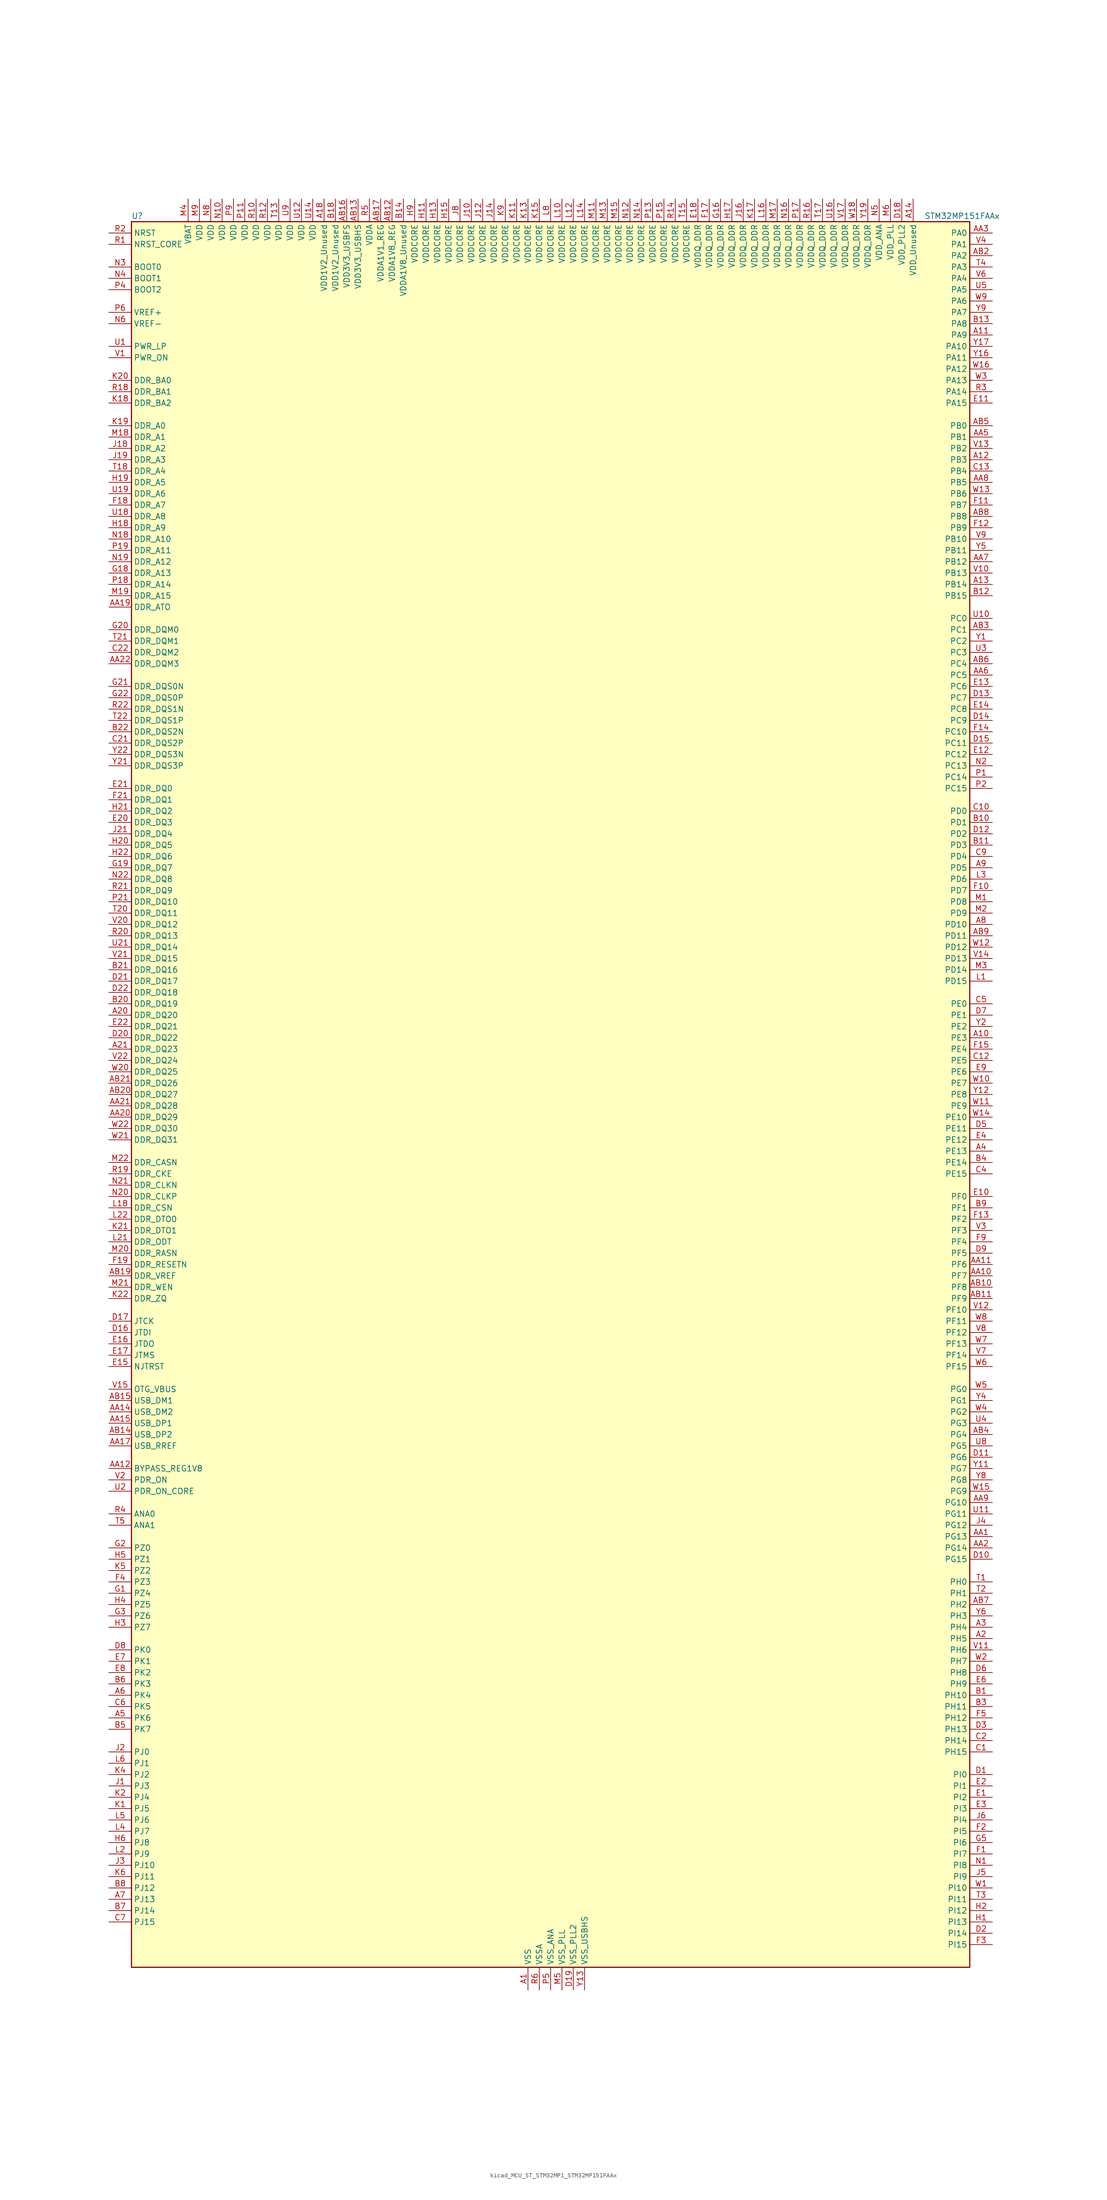
<source format=kicad_sym>
(kicad_symbol_lib
  (version 20220914)
  (generator kicad_symbol_editor)
  (symbol "kicad_MCU_ST_STM32MP1_STM32MP151FAAx"
    (property "Reference" "U"
      (at -93.98 196.85 0)
      (effects (font (size 1.27 1.27)) (justify left)))
    (property "Value" "STM32MP151FAAx"
      (at 83.82 196.85 0)
      (effects (font (size 1.27 1.27)) (justify left)))
    (property "ki_locked" ""
      (at 0 0 0)
      (effects (font (size 1.27 1.27))))
    (symbol "kicad_MCU_ST_STM32MP1_STM32MP151FAAx_0_1"
      (rectangle (start -93.98 -195.58) (end 93.98 195.58) (stroke (width 0.254) (type default)) (fill (type background))))
    (symbol "kicad_MCU_ST_STM32MP1_STM32MP151FAAx_1_1"
      (pin power_in line (at -5.08 -200.66 90) (length 5.08) (name "VSS" (effects (font (size 1.27 1.27)))) (number "A1" (effects (font (size 1.27 1.27)))))
      (pin bidirectional line (at 99.06 12.7 180) (length 5.08) (name "PE3" (effects (font (size 1.27 1.27)))) (number "A10" (effects (font (size 1.27 1.27)))) (alternate "DEBUG_TRACED0" bidirectional line) (alternate "FMC_A19" bidirectional line) (alternate "SAI1_SD_B" bidirectional line) (alternate "SDMMC2_CK" bidirectional line) (alternate "TIM15_BKIN" bidirectional line))
      (pin bidirectional line (at 99.06 170.18 180) (length 5.08) (name "PA9" (effects (font (size 1.27 1.27)))) (number "A11" (effects (font (size 1.27 1.27)))) (alternate "DAC1_EXTI9" bidirectional line) (alternate "DCMI_D0" bidirectional line) (alternate "I2C3_SMBA" bidirectional line) (alternate "I2S2_CK" bidirectional line) (alternate "LTDC_R5" bidirectional line) (alternate "SDMMC2_CDIR" bidirectional line) (alternate "SDMMC2_D5" bidirectional line) (alternate "SPI2_SCK" bidirectional line) (alternate "TIM1_CH2" bidirectional line) (alternate "USART1_TX" bidirectional line))
      (pin bidirectional line (at 99.06 142.24 180) (length 5.08) (name "PB3" (effects (font (size 1.27 1.27)))) (number "A12" (effects (font (size 1.27 1.27)))) (alternate "DEBUG_TRACED9" bidirectional line) (alternate "I2S1_CK" bidirectional line) (alternate "I2S3_CK" bidirectional line) (alternate "SAI4_CK1" bidirectional line) (alternate "SAI4_MCLK_A" bidirectional line) (alternate "SDMMC2_D2" bidirectional line) (alternate "SPI1_SCK" bidirectional line) (alternate "SPI3_SCK" bidirectional line) (alternate "SPI6_SCK" bidirectional line) (alternate "TIM2_CH2" bidirectional line) (alternate "UART7_RX" bidirectional line))
      (pin bidirectional line (at 99.06 114.3 180) (length 5.08) (name "PB14" (effects (font (size 1.27 1.27)))) (number "A13" (effects (font (size 1.27 1.27)))) (alternate "DFSDM1_DATIN2" bidirectional line) (alternate "I2S2_SDI" bidirectional line) (alternate "SDMMC2_D0" bidirectional line) (alternate "SPI2_MISO" bidirectional line) (alternate "TIM12_CH1" bidirectional line) (alternate "TIM1_CH2N" bidirectional line) (alternate "TIM8_CH2N" bidirectional line) (alternate "USART1_TX" bidirectional line) (alternate "USART3_DE" bidirectional line) (alternate "USART3_RTS" bidirectional line))
      (pin power_in line (at 81.28 200.66 270) (length 5.08) (name "VDD_Unused" (effects (font (size 1.27 1.27)))) (number "A14" (effects (font (size 1.27 1.27)))))
      (pin no_connect line (at -93.98 -195.58 0) (length 5.08) hide (name "DNU" (effects (font (size 1.27 1.27)))) (number "A15" (effects (font (size 1.27 1.27)))))
      (pin no_connect line (at -93.98 -193.04 0) (length 5.08) hide (name "DNU" (effects (font (size 1.27 1.27)))) (number "A16" (effects (font (size 1.27 1.27)))))
      (pin no_connect line (at -93.98 -190.5 0) (length 5.08) hide (name "DNU" (effects (font (size 1.27 1.27)))) (number "A17" (effects (font (size 1.27 1.27)))))
      (pin power_in line (at -50.8 200.66 270) (length 5.08) (name "VDD1V2_Unused" (effects (font (size 1.27 1.27)))) (number "A18" (effects (font (size 1.27 1.27)))))
      (pin passive line (at -5.08 -200.66 90) (length 5.08) hide (name "VSS" (effects (font (size 1.27 1.27)))) (number "A19" (effects (font (size 1.27 1.27)))))
      (pin bidirectional line (at 99.06 -121.92 180) (length 5.08) (name "PH5" (effects (font (size 1.27 1.27)))) (number "A2" (effects (font (size 1.27 1.27)))) (alternate "I2C2_SDA" bidirectional line) (alternate "SAI4_SD_B" bidirectional line) (alternate "SPI5_NSS" bidirectional line))
      (pin bidirectional line (at -99.06 17.78 0) (length 5.08) (name "DDR_DQ20" (effects (font (size 1.27 1.27)))) (number "A20" (effects (font (size 1.27 1.27)))) (alternate "DDR_DQ20" bidirectional line))
      (pin bidirectional line (at -99.06 10.16 0) (length 5.08) (name "DDR_DQ23" (effects (font (size 1.27 1.27)))) (number "A21" (effects (font (size 1.27 1.27)))) (alternate "DDR_DQ23" bidirectional line))
      (pin passive line (at -5.08 -200.66 90) (length 5.08) hide (name "VSS" (effects (font (size 1.27 1.27)))) (number "A22" (effects (font (size 1.27 1.27)))))
      (pin bidirectional line (at 99.06 -119.38 180) (length 5.08) (name "PH4" (effects (font (size 1.27 1.27)))) (number "A3" (effects (font (size 1.27 1.27)))) (alternate "I2C2_SCL" bidirectional line) (alternate "LTDC_G4" bidirectional line) (alternate "LTDC_G5" bidirectional line))
      (pin bidirectional line (at 99.06 -12.7 180) (length 5.08) (name "PE13" (effects (font (size 1.27 1.27)))) (number "A4" (effects (font (size 1.27 1.27)))) (alternate "DCMI_D6" bidirectional line) (alternate "DFSDM1_CKIN5" bidirectional line) (alternate "FMC_D10" bidirectional line) (alternate "FMC_DA10" bidirectional line) (alternate "HDP_HDP2" bidirectional line) (alternate "LTDC_DE" bidirectional line) (alternate "SAI2_FS_B" bidirectional line) (alternate "SPI4_MISO" bidirectional line) (alternate "TIM1_CH3" bidirectional line))
      (pin bidirectional line (at -99.06 -139.7 0) (length 5.08) (name "PK6" (effects (font (size 1.27 1.27)))) (number "A5" (effects (font (size 1.27 1.27)))) (alternate "DEBUG_TRACED7" bidirectional line) (alternate "HDP_HDP7" bidirectional line) (alternate "LTDC_B7" bidirectional line))
      (pin bidirectional line (at -99.06 -134.62 0) (length 5.08) (name "PK4" (effects (font (size 1.27 1.27)))) (number "A6" (effects (font (size 1.27 1.27)))) (alternate "LTDC_B5" bidirectional line))
      (pin bidirectional line (at -99.06 -180.34 0) (length 5.08) (name "PJ13" (effects (font (size 1.27 1.27)))) (number "A7" (effects (font (size 1.27 1.27)))) (alternate "LTDC_B1" bidirectional line) (alternate "LTDC_G4" bidirectional line))
      (pin bidirectional line (at 99.06 38.1 180) (length 5.08) (name "PD10" (effects (font (size 1.27 1.27)))) (number "A8" (effects (font (size 1.27 1.27)))) (alternate "DFSDM1_CKOUT" bidirectional line) (alternate "FMC_D15" bidirectional line) (alternate "FMC_DA15" bidirectional line) (alternate "I2C5_SMBA" bidirectional line) (alternate "I2S3_SDI" bidirectional line) (alternate "LTDC_B3" bidirectional line) (alternate "RTC_REFIN" bidirectional line) (alternate "SAI3_FS_B" bidirectional line) (alternate "SPI3_MISO" bidirectional line) (alternate "TIM16_BKIN" bidirectional line) (alternate "USART3_CK" bidirectional line))
      (pin bidirectional line (at 99.06 50.8 180) (length 5.08) (name "PD5" (effects (font (size 1.27 1.27)))) (number "A9" (effects (font (size 1.27 1.27)))) (alternate "FMC_NWE" bidirectional line) (alternate "SDMMC3_D2" bidirectional line) (alternate "USART2_TX" bidirectional line))
      (pin bidirectional line (at 99.06 -99.06 180) (length 5.08) (name "PG13" (effects (font (size 1.27 1.27)))) (number "AA1" (effects (font (size 1.27 1.27)))) (alternate "DEBUG_TRACED0" bidirectional line) (alternate "ETH1_TXD0" bidirectional line) (alternate "FMC_A24" bidirectional line) (alternate "LPTIM1_OUT" bidirectional line) (alternate "LTDC_R0" bidirectional line) (alternate "SAI1_CK2" bidirectional line) (alternate "SAI1_SCK_A" bidirectional line) (alternate "SAI4_CK1" bidirectional line) (alternate "SAI4_MCLK_A" bidirectional line) (alternate "SPI6_SCK" bidirectional line) (alternate "USART6_CTS" bidirectional line) (alternate "USART6_NSS" bidirectional line))
      (pin bidirectional line (at 99.06 -40.64 180) (length 5.08) (name "PF7" (effects (font (size 1.27 1.27)))) (number "AA10" (effects (font (size 1.27 1.27)))) (alternate "QUADSPI_BK1_IO2" bidirectional line) (alternate "SAI1_MCLK_B" bidirectional line) (alternate "SPI5_SCK" bidirectional line) (alternate "TIM17_CH1" bidirectional line) (alternate "UART7_TX" bidirectional line))
      (pin bidirectional line (at 99.06 -38.1 180) (length 5.08) (name "PF6" (effects (font (size 1.27 1.27)))) (number "AA11" (effects (font (size 1.27 1.27)))) (alternate "QUADSPI_BK1_IO3" bidirectional line) (alternate "SAI1_SD_B" bidirectional line) (alternate "SAI4_SCK_B" bidirectional line) (alternate "SPI5_NSS" bidirectional line) (alternate "TIM16_CH1" bidirectional line) (alternate "UART7_RX" bidirectional line))
      (pin bidirectional line (at -99.06 -83.82 0) (length 5.08) (name "BYPASS_REG1V8" (effects (font (size 1.27 1.27)))) (number "AA12" (effects (font (size 1.27 1.27)))))
      (pin passive line (at 7.62 -200.66 90) (length 5.08) hide (name "VSS_USBHS" (effects (font (size 1.27 1.27)))) (number "AA13" (effects (font (size 1.27 1.27)))))
      (pin bidirectional line (at -99.06 -71.12 0) (length 5.08) (name "USB_DM2" (effects (font (size 1.27 1.27)))) (number "AA14" (effects (font (size 1.27 1.27)))) (alternate "USBH_HS2_DM" bidirectional line) (alternate "USB_OTG_HS_DM" bidirectional line))
      (pin bidirectional line (at -99.06 -73.66 0) (length 5.08) (name "USB_DP1" (effects (font (size 1.27 1.27)))) (number "AA15" (effects (font (size 1.27 1.27)))) (alternate "USBH_HS1_DP" bidirectional line))
      (pin passive line (at 7.62 -200.66 90) (length 5.08) hide (name "VSS_USBHS" (effects (font (size 1.27 1.27)))) (number "AA16" (effects (font (size 1.27 1.27)))))
      (pin bidirectional line (at -99.06 -78.74 0) (length 5.08) (name "USB_RREF" (effects (font (size 1.27 1.27)))) (number "AA17" (effects (font (size 1.27 1.27)))))
      (pin passive line (at -5.08 -200.66 90) (length 5.08) hide (name "VSS" (effects (font (size 1.27 1.27)))) (number "AA18" (effects (font (size 1.27 1.27)))))
      (pin bidirectional line (at -99.06 109.22 0) (length 5.08) (name "DDR_ATO" (effects (font (size 1.27 1.27)))) (number "AA19" (effects (font (size 1.27 1.27)))) (alternate "DDR_ATO" bidirectional line))
      (pin bidirectional line (at 99.06 -101.6 180) (length 5.08) (name "PG14" (effects (font (size 1.27 1.27)))) (number "AA2" (effects (font (size 1.27 1.27)))) (alternate "DEBUG_TRACED1" bidirectional line) (alternate "ETH1_TXD1" bidirectional line) (alternate "FMC_A25" bidirectional line) (alternate "LPTIM1_ETR" bidirectional line) (alternate "LTDC_B0" bidirectional line) (alternate "QUADSPI_BK2_IO3" bidirectional line) (alternate "SAI4_D1" bidirectional line) (alternate "SAI4_SD_A" bidirectional line) (alternate "SPI6_MOSI" bidirectional line) (alternate "USART6_TX" bidirectional line))
      (pin bidirectional line (at -99.06 -5.08 0) (length 5.08) (name "DDR_DQ29" (effects (font (size 1.27 1.27)))) (number "AA20" (effects (font (size 1.27 1.27)))) (alternate "DDR_DQ29" bidirectional line))
      (pin bidirectional line (at -99.06 -2.54 0) (length 5.08) (name "DDR_DQ28" (effects (font (size 1.27 1.27)))) (number "AA21" (effects (font (size 1.27 1.27)))) (alternate "DDR_DQ28" bidirectional line))
      (pin bidirectional line (at -99.06 96.52 0) (length 5.08) (name "DDR_DQM3" (effects (font (size 1.27 1.27)))) (number "AA22" (effects (font (size 1.27 1.27)))) (alternate "DDR_DQM3" bidirectional line))
      (pin bidirectional line (at 99.06 193.04 180) (length 5.08) (name "PA0" (effects (font (size 1.27 1.27)))) (number "AA3" (effects (font (size 1.27 1.27)))) (alternate "ADC1_INP16" bidirectional line) (alternate "ETH1_CRS" bidirectional line) (alternate "PWR_WKUP1" bidirectional line) (alternate "SAI2_SD_B" bidirectional line) (alternate "SDMMC2_CMD" bidirectional line) (alternate "TIM15_BKIN" bidirectional line) (alternate "TIM2_CH1" bidirectional line) (alternate "TIM2_ETR" bidirectional line) (alternate "TIM5_CH1" bidirectional line) (alternate "TIM8_ETR" bidirectional line) (alternate "UART4_TX" bidirectional line) (alternate "USART2_CTS" bidirectional line) (alternate "USART2_NSS" bidirectional line))
      (pin passive line (at -5.08 -200.66 90) (length 5.08) hide (name "VSS" (effects (font (size 1.27 1.27)))) (number "AA4" (effects (font (size 1.27 1.27)))))
      (pin bidirectional line (at 99.06 147.32 180) (length 5.08) (name "PB1" (effects (font (size 1.27 1.27)))) (number "AA5" (effects (font (size 1.27 1.27)))) (alternate "ADC1_INP5" bidirectional line) (alternate "ADC2_INP5" bidirectional line) (alternate "DFSDM1_DATIN1" bidirectional line) (alternate "ETH1_RXD3" bidirectional line) (alternate "LTDC_G0" bidirectional line) (alternate "LTDC_R6" bidirectional line) (alternate "TIM1_CH3N" bidirectional line) (alternate "TIM3_CH4" bidirectional line) (alternate "TIM8_CH3N" bidirectional line))
      (pin bidirectional line (at 99.06 93.98 180) (length 5.08) (name "PC5" (effects (font (size 1.27 1.27)))) (number "AA6" (effects (font (size 1.27 1.27)))) (alternate "ADC1_INN4" bidirectional line) (alternate "ADC1_INP8" bidirectional line) (alternate "ADC2_INN4" bidirectional line) (alternate "ADC2_INP8" bidirectional line) (alternate "DFSDM1_DATIN2" bidirectional line) (alternate "ETH1_RXD1" bidirectional line) (alternate "SAI1_D3" bidirectional line) (alternate "SAI1_D4" bidirectional line) (alternate "SAI4_D3" bidirectional line) (alternate "SAI4_D4" bidirectional line) (alternate "SPDIFRX_IN3" bidirectional line))
      (pin bidirectional line (at 99.06 119.38 180) (length 5.08) (name "PB12" (effects (font (size 1.27 1.27)))) (number "AA7" (effects (font (size 1.27 1.27)))) (alternate "DFSDM1_DATIN1" bidirectional line) (alternate "ETH1_TXD0" bidirectional line) (alternate "I2C2_SMBA" bidirectional line) (alternate "I2C6_SMBA" bidirectional line) (alternate "I2S2_WS" bidirectional line) (alternate "SPI2_NSS" bidirectional line) (alternate "TIM1_BKIN" bidirectional line) (alternate "UART5_RX" bidirectional line) (alternate "USART3_CK" bidirectional line) (alternate "USART3_RX" bidirectional line))
      (pin bidirectional line (at 99.06 137.16 180) (length 5.08) (name "PB5" (effects (font (size 1.27 1.27)))) (number "AA8" (effects (font (size 1.27 1.27)))) (alternate "DCMI_D10" bidirectional line) (alternate "ETH1_CLK" bidirectional line) (alternate "ETH1_PPS_OUT" bidirectional line) (alternate "I2C1_SMBA" bidirectional line) (alternate "I2C4_SMBA" bidirectional line) (alternate "I2S1_SDO" bidirectional line) (alternate "I2S3_SDO" bidirectional line) (alternate "LTDC_G7" bidirectional line) (alternate "SAI4_D1" bidirectional line) (alternate "SAI4_SD_A" bidirectional line) (alternate "SPI1_MOSI" bidirectional line) (alternate "SPI3_MOSI" bidirectional line) (alternate "SPI6_MOSI" bidirectional line) (alternate "TIM17_BKIN" bidirectional line) (alternate "TIM3_CH2" bidirectional line) (alternate "UART5_RX" bidirectional line))
      (pin bidirectional line (at 99.06 -91.44 180) (length 5.08) (name "PG10" (effects (font (size 1.27 1.27)))) (number "AA9" (effects (font (size 1.27 1.27)))) (alternate "DCMI_D2" bidirectional line) (alternate "DEBUG_TRACED10" bidirectional line) (alternate "FMC_NE3" bidirectional line) (alternate "LTDC_B2" bidirectional line) (alternate "LTDC_G3" bidirectional line) (alternate "QUADSPI_BK2_IO2" bidirectional line) (alternate "SAI2_SD_B" bidirectional line) (alternate "UART8_CTS" bidirectional line))
      (pin passive line (at -5.08 -200.66 90) (length 5.08) hide (name "VSS" (effects (font (size 1.27 1.27)))) (number "AB1" (effects (font (size 1.27 1.27)))))
      (pin bidirectional line (at 99.06 -43.18 180) (length 5.08) (name "PF8" (effects (font (size 1.27 1.27)))) (number "AB10" (effects (font (size 1.27 1.27)))) (alternate "DEBUG_TRACED12" bidirectional line) (alternate "QUADSPI_BK1_IO0" bidirectional line) (alternate "SAI1_SCK_B" bidirectional line) (alternate "SPI5_MISO" bidirectional line) (alternate "TIM13_CH1" bidirectional line) (alternate "TIM16_CH1N" bidirectional line) (alternate "UART7_DE" bidirectional line) (alternate "UART7_RTS" bidirectional line))
      (pin bidirectional line (at 99.06 -45.72 180) (length 5.08) (name "PF9" (effects (font (size 1.27 1.27)))) (number "AB11" (effects (font (size 1.27 1.27)))) (alternate "DAC1_EXTI9" bidirectional line) (alternate "DEBUG_TRACED13" bidirectional line) (alternate "QUADSPI_BK1_IO1" bidirectional line) (alternate "SAI1_FS_B" bidirectional line) (alternate "SPI5_MOSI" bidirectional line) (alternate "TIM14_CH1" bidirectional line) (alternate "TIM17_CH1N" bidirectional line) (alternate "UART7_CTS" bidirectional line))
      (pin power_in line (at -35.56 200.66 270) (length 5.08) (name "VDDA1V8_REG" (effects (font (size 1.27 1.27)))) (number "AB12" (effects (font (size 1.27 1.27)))))
      (pin power_in line (at -43.18 200.66 270) (length 5.08) (name "VDD3V3_USBHS" (effects (font (size 1.27 1.27)))) (number "AB13" (effects (font (size 1.27 1.27)))))
      (pin bidirectional line (at -99.06 -76.2 0) (length 5.08) (name "USB_DP2" (effects (font (size 1.27 1.27)))) (number "AB14" (effects (font (size 1.27 1.27)))) (alternate "USBH_HS2_DP" bidirectional line) (alternate "USB_OTG_HS_DP" bidirectional line))
      (pin bidirectional line (at -99.06 -68.58 0) (length 5.08) (name "USB_DM1" (effects (font (size 1.27 1.27)))) (number "AB15" (effects (font (size 1.27 1.27)))) (alternate "USBH_HS1_DM" bidirectional line))
      (pin power_in line (at -45.72 200.66 270) (length 5.08) (name "VDD3V3_USBFS" (effects (font (size 1.27 1.27)))) (number "AB16" (effects (font (size 1.27 1.27)))))
      (pin power_in line (at -38.1 200.66 270) (length 5.08) (name "VDDA1V1_REG" (effects (font (size 1.27 1.27)))) (number "AB17" (effects (font (size 1.27 1.27)))))
      (pin passive line (at -5.08 -200.66 90) (length 5.08) hide (name "VSS" (effects (font (size 1.27 1.27)))) (number "AB18" (effects (font (size 1.27 1.27)))))
      (pin bidirectional line (at -99.06 -40.64 0) (length 5.08) (name "DDR_VREF" (effects (font (size 1.27 1.27)))) (number "AB19" (effects (font (size 1.27 1.27)))) (alternate "DDR_VREF" bidirectional line))
      (pin bidirectional line (at 99.06 187.96 180) (length 5.08) (name "PA2" (effects (font (size 1.27 1.27)))) (number "AB2" (effects (font (size 1.27 1.27)))) (alternate "ADC1_INP14" bidirectional line) (alternate "ETH1_MDIO" bidirectional line) (alternate "LPTIM4_OUT" bidirectional line) (alternate "LTDC_R1" bidirectional line) (alternate "PWR_WKUP2" bidirectional line) (alternate "SAI2_SCK_B" bidirectional line) (alternate "SDMMC2_D0DIR" bidirectional line) (alternate "TIM15_CH1" bidirectional line) (alternate "TIM2_CH3" bidirectional line) (alternate "TIM5_CH3" bidirectional line) (alternate "USART2_TX" bidirectional line))
      (pin bidirectional line (at -99.06 0 0) (length 5.08) (name "DDR_DQ27" (effects (font (size 1.27 1.27)))) (number "AB20" (effects (font (size 1.27 1.27)))) (alternate "DDR_DQ27" bidirectional line))
      (pin bidirectional line (at -99.06 2.54 0) (length 5.08) (name "DDR_DQ26" (effects (font (size 1.27 1.27)))) (number "AB21" (effects (font (size 1.27 1.27)))) (alternate "DDR_DQ26" bidirectional line))
      (pin passive line (at -5.08 -200.66 90) (length 5.08) hide (name "VSS" (effects (font (size 1.27 1.27)))) (number "AB22" (effects (font (size 1.27 1.27)))))
      (pin bidirectional line (at 99.06 104.14 180) (length 5.08) (name "PC1" (effects (font (size 1.27 1.27)))) (number "AB3" (effects (font (size 1.27 1.27)))) (alternate "ADC1_INN10" bidirectional line) (alternate "ADC1_INP11" bidirectional line) (alternate "ADC2_INN10" bidirectional line) (alternate "ADC2_INP11" bidirectional line) (alternate "DEBUG_TRACED0" bidirectional line) (alternate "DFSDM1_CKIN4" bidirectional line) (alternate "DFSDM1_DATIN0" bidirectional line) (alternate "ETH1_MDC" bidirectional line) (alternate "I2S2_SDO" bidirectional line) (alternate "PWR_WKUP6" bidirectional line) (alternate "SAI1_D1" bidirectional line) (alternate "SAI1_SD_A" bidirectional line) (alternate "SDMMC2_CK" bidirectional line) (alternate "SPI2_MOSI" bidirectional line) (alternate "TAMP_IN3" bidirectional line))
      (pin bidirectional line (at 99.06 -76.2 180) (length 5.08) (name "PG4" (effects (font (size 1.27 1.27)))) (number "AB4" (effects (font (size 1.27 1.27)))) (alternate "ETH1_GTX_CLK" bidirectional line) (alternate "FMC_A14" bidirectional line) (alternate "TIM1_BKIN2" bidirectional line))
      (pin bidirectional line (at 99.06 149.86 180) (length 5.08) (name "PB0" (effects (font (size 1.27 1.27)))) (number "AB5" (effects (font (size 1.27 1.27)))) (alternate "ADC1_INN5" bidirectional line) (alternate "ADC1_INP9" bidirectional line) (alternate "ADC2_INN5" bidirectional line) (alternate "ADC2_INP9" bidirectional line) (alternate "DFSDM1_CKOUT" bidirectional line) (alternate "ETH1_RXD2" bidirectional line) (alternate "LTDC_G1" bidirectional line) (alternate "LTDC_R3" bidirectional line) (alternate "TIM1_CH2N" bidirectional line) (alternate "TIM3_CH3" bidirectional line) (alternate "TIM8_CH2N" bidirectional line) (alternate "UART4_CTS" bidirectional line))
      (pin bidirectional line (at 99.06 96.52 180) (length 5.08) (name "PC4" (effects (font (size 1.27 1.27)))) (number "AB6" (effects (font (size 1.27 1.27)))) (alternate "ADC1_INP4" bidirectional line) (alternate "ADC2_INP4" bidirectional line) (alternate "DFSDM1_CKIN2" bidirectional line) (alternate "ETH1_RXD0" bidirectional line) (alternate "I2S1_MCK" bidirectional line) (alternate "SPDIFRX_IN2" bidirectional line))
      (pin bidirectional line (at 99.06 -114.3 180) (length 5.08) (name "PH2" (effects (font (size 1.27 1.27)))) (number "AB7" (effects (font (size 1.27 1.27)))) (alternate "ETH1_CRS" bidirectional line) (alternate "LPTIM1_IN2" bidirectional line) (alternate "LTDC_R0" bidirectional line) (alternate "QUADSPI_BK2_IO0" bidirectional line) (alternate "SAI2_SCK_B" bidirectional line))
      (pin bidirectional line (at 99.06 129.54 180) (length 5.08) (name "PB8" (effects (font (size 1.27 1.27)))) (number "AB8" (effects (font (size 1.27 1.27)))) (alternate "DCMI_D6" bidirectional line) (alternate "DFSDM1_CKIN7" bidirectional line) (alternate "ETH1_TXD3" bidirectional line) (alternate "HDP_HDP6" bidirectional line) (alternate "I2C1_SCL" bidirectional line) (alternate "I2C4_SCL" bidirectional line) (alternate "LTDC_B6" bidirectional line) (alternate "SDMMC1_CKIN" bidirectional line) (alternate "SDMMC1_D4" bidirectional line) (alternate "SDMMC2_CKIN" bidirectional line) (alternate "SDMMC2_D4" bidirectional line) (alternate "TIM16_CH1" bidirectional line) (alternate "TIM4_CH3" bidirectional line) (alternate "UART4_RX" bidirectional line))
      (pin bidirectional line (at 99.06 35.56 180) (length 5.08) (name "PD11" (effects (font (size 1.27 1.27)))) (number "AB9" (effects (font (size 1.27 1.27)))) (alternate "ADC1_EXTI11" bidirectional line) (alternate "ADC2_EXTI11" bidirectional line) (alternate "FMC_A16" bidirectional line) (alternate "FMC_CLE" bidirectional line) (alternate "I2C1_SMBA" bidirectional line) (alternate "I2C4_SMBA" bidirectional line) (alternate "LPTIM2_IN2" bidirectional line) (alternate "QUADSPI_BK1_IO0" bidirectional line) (alternate "SAI2_SD_A" bidirectional line) (alternate "USART3_CTS" bidirectional line) (alternate "USART3_NSS" bidirectional line))
      (pin bidirectional line (at 99.06 -134.62 180) (length 5.08) (name "PH10" (effects (font (size 1.27 1.27)))) (number "B1" (effects (font (size 1.27 1.27)))) (alternate "DCMI_D1" bidirectional line) (alternate "I2C1_SMBA" bidirectional line) (alternate "I2C4_SMBA" bidirectional line) (alternate "LTDC_R4" bidirectional line) (alternate "TIM5_CH1" bidirectional line))
      (pin bidirectional line (at 99.06 60.96 180) (length 5.08) (name "PD1" (effects (font (size 1.27 1.27)))) (number "B10" (effects (font (size 1.27 1.27)))) (alternate "DFSDM1_CKIN7" bidirectional line) (alternate "DFSDM1_DATIN6" bidirectional line) (alternate "FMC_D3" bidirectional line) (alternate "FMC_DA3" bidirectional line) (alternate "I2C5_SCL" bidirectional line) (alternate "I2C6_SCL" bidirectional line) (alternate "SAI3_SD_A" bidirectional line) (alternate "SDMMC3_D0" bidirectional line) (alternate "UART4_TX" bidirectional line))
      (pin bidirectional line (at 99.06 55.88 180) (length 5.08) (name "PD3" (effects (font (size 1.27 1.27)))) (number "B11" (effects (font (size 1.27 1.27)))) (alternate "DCMI_D5" bidirectional line) (alternate "DFSDM1_CKOUT" bidirectional line) (alternate "DFSDM1_DATIN0" bidirectional line) (alternate "FMC_CLK" bidirectional line) (alternate "HDP_HDP5" bidirectional line) (alternate "I2S2_CK" bidirectional line) (alternate "LTDC_G7" bidirectional line) (alternate "SDMMC1_D123DIR" bidirectional line) (alternate "SDMMC1_D7" bidirectional line) (alternate "SDMMC2_D123DIR" bidirectional line) (alternate "SDMMC2_D7" bidirectional line) (alternate "SPI2_SCK" bidirectional line) (alternate "USART2_CTS" bidirectional line) (alternate "USART2_NSS" bidirectional line))
      (pin bidirectional line (at 99.06 111.76 180) (length 5.08) (name "PB15" (effects (font (size 1.27 1.27)))) (number "B12" (effects (font (size 1.27 1.27)))) (alternate "ADC1_EXTI15" bidirectional line) (alternate "ADC2_EXTI15" bidirectional line) (alternate "DFSDM1_CKIN2" bidirectional line) (alternate "I2S2_SDO" bidirectional line) (alternate "RTC_REFIN" bidirectional line) (alternate "SDMMC2_D1" bidirectional line) (alternate "SPI2_MOSI" bidirectional line) (alternate "TIM12_CH2" bidirectional line) (alternate "TIM1_CH3N" bidirectional line) (alternate "TIM8_CH3N" bidirectional line) (alternate "USART1_RX" bidirectional line))
      (pin bidirectional line (at 99.06 172.72 180) (length 5.08) (name "PA8" (effects (font (size 1.27 1.27)))) (number "B13" (effects (font (size 1.27 1.27)))) (alternate "I2C3_SCL" bidirectional line) (alternate "I2S3_SDO" bidirectional line) (alternate "LTDC_R6" bidirectional line) (alternate "RCC_MCO_1" bidirectional line) (alternate "SAI4_SD_B" bidirectional line) (alternate "SDMMC2_CKIN" bidirectional line) (alternate "SDMMC2_D4" bidirectional line) (alternate "SPI3_MOSI" bidirectional line) (alternate "TIM1_CH1" bidirectional line) (alternate "TIM8_BKIN2" bidirectional line) (alternate "UART7_RX" bidirectional line) (alternate "USART1_CK" bidirectional line) (alternate "USB_OTG_HS_SOF" bidirectional line))
      (pin power_in line (at -33.02 200.66 270) (length 5.08) (name "VDDA1V8_Unused" (effects (font (size 1.27 1.27)))) (number "B14" (effects (font (size 1.27 1.27)))))
      (pin no_connect line (at -93.98 -187.96 0) (length 5.08) hide (name "DNU" (effects (font (size 1.27 1.27)))) (number "B15" (effects (font (size 1.27 1.27)))))
      (pin no_connect line (at -93.98 -185.42 0) (length 5.08) hide (name "DNU" (effects (font (size 1.27 1.27)))) (number "B16" (effects (font (size 1.27 1.27)))))
      (pin no_connect line (at -93.98 -182.88 0) (length 5.08) hide (name "DNU" (effects (font (size 1.27 1.27)))) (number "B17" (effects (font (size 1.27 1.27)))))
      (pin power_in line (at -48.26 200.66 270) (length 5.08) (name "VDD1V2_Unused" (effects (font (size 1.27 1.27)))) (number "B18" (effects (font (size 1.27 1.27)))))
      (pin passive line (at -5.08 -200.66 90) (length 5.08) hide (name "VSS" (effects (font (size 1.27 1.27)))) (number "B19" (effects (font (size 1.27 1.27)))))
      (pin passive line (at -5.08 -200.66 90) (length 5.08) hide (name "VSS" (effects (font (size 1.27 1.27)))) (number "B2" (effects (font (size 1.27 1.27)))))
      (pin bidirectional line (at -99.06 20.32 0) (length 5.08) (name "DDR_DQ19" (effects (font (size 1.27 1.27)))) (number "B20" (effects (font (size 1.27 1.27)))) (alternate "DDR_DQ19" bidirectional line))
      (pin bidirectional line (at -99.06 27.94 0) (length 5.08) (name "DDR_DQ16" (effects (font (size 1.27 1.27)))) (number "B21" (effects (font (size 1.27 1.27)))) (alternate "DDR_DQ16" bidirectional line))
      (pin bidirectional line (at -99.06 81.28 0) (length 5.08) (name "DDR_DQS2N" (effects (font (size 1.27 1.27)))) (number "B22" (effects (font (size 1.27 1.27)))) (alternate "DDR_DQS2N" bidirectional line))
      (pin bidirectional line (at 99.06 -137.16 180) (length 5.08) (name "PH11" (effects (font (size 1.27 1.27)))) (number "B3" (effects (font (size 1.27 1.27)))) (alternate "ADC1_EXTI11" bidirectional line) (alternate "ADC2_EXTI11" bidirectional line) (alternate "DCMI_D2" bidirectional line) (alternate "I2C1_SCL" bidirectional line) (alternate "I2C4_SCL" bidirectional line) (alternate "LTDC_R5" bidirectional line) (alternate "TIM5_CH2" bidirectional line))
      (pin bidirectional line (at 99.06 -15.24 180) (length 5.08) (name "PE14" (effects (font (size 1.27 1.27)))) (number "B4" (effects (font (size 1.27 1.27)))) (alternate "FMC_D11" bidirectional line) (alternate "FMC_DA11" bidirectional line) (alternate "LTDC_CLK" bidirectional line) (alternate "LTDC_G0" bidirectional line) (alternate "SAI2_MCLK_B" bidirectional line) (alternate "SDMMC1_D123DIR" bidirectional line) (alternate "SPI4_MOSI" bidirectional line) (alternate "TIM1_CH4" bidirectional line) (alternate "UART8_DE" bidirectional line) (alternate "UART8_RTS" bidirectional line))
      (pin bidirectional line (at -99.06 -142.24 0) (length 5.08) (name "PK7" (effects (font (size 1.27 1.27)))) (number "B5" (effects (font (size 1.27 1.27)))) (alternate "LTDC_DE" bidirectional line))
      (pin bidirectional line (at -99.06 -132.08 0) (length 5.08) (name "PK3" (effects (font (size 1.27 1.27)))) (number "B6" (effects (font (size 1.27 1.27)))) (alternate "LTDC_B4" bidirectional line))
      (pin bidirectional line (at -99.06 -182.88 0) (length 5.08) (name "PJ14" (effects (font (size 1.27 1.27)))) (number "B7" (effects (font (size 1.27 1.27)))) (alternate "LTDC_B2" bidirectional line))
      (pin bidirectional line (at -99.06 -177.8 0) (length 5.08) (name "PJ12" (effects (font (size 1.27 1.27)))) (number "B8" (effects (font (size 1.27 1.27)))) (alternate "LTDC_B0" bidirectional line) (alternate "LTDC_G3" bidirectional line))
      (pin bidirectional line (at 99.06 -25.4 180) (length 5.08) (name "PF1" (effects (font (size 1.27 1.27)))) (number "B9" (effects (font (size 1.27 1.27)))) (alternate "FMC_A1" bidirectional line) (alternate "I2C2_SCL" bidirectional line) (alternate "SDMMC3_CDIR" bidirectional line) (alternate "SDMMC3_CMD" bidirectional line))
      (pin bidirectional line (at 99.06 -147.32 180) (length 5.08) (name "PH15" (effects (font (size 1.27 1.27)))) (number "C1" (effects (font (size 1.27 1.27)))) (alternate "ADC1_EXTI15" bidirectional line) (alternate "ADC2_EXTI15" bidirectional line) (alternate "DCMI_D11" bidirectional line) (alternate "LTDC_G4" bidirectional line) (alternate "TIM8_CH3N" bidirectional line))
      (pin bidirectional line (at 99.06 63.5 180) (length 5.08) (name "PD0" (effects (font (size 1.27 1.27)))) (number "C10" (effects (font (size 1.27 1.27)))) (alternate "DFSDM1_CKIN6" bidirectional line) (alternate "DFSDM1_DATIN7" bidirectional line) (alternate "FMC_D2" bidirectional line) (alternate "FMC_DA2" bidirectional line) (alternate "I2C5_SDA" bidirectional line) (alternate "I2C6_SDA" bidirectional line) (alternate "SAI3_SCK_A" bidirectional line) (alternate "SDMMC3_CMD" bidirectional line) (alternate "UART4_RX" bidirectional line))
      (pin passive line (at -5.08 -200.66 90) (length 5.08) hide (name "VSS" (effects (font (size 1.27 1.27)))) (number "C11" (effects (font (size 1.27 1.27)))))
      (pin bidirectional line (at 99.06 7.62 180) (length 5.08) (name "PE5" (effects (font (size 1.27 1.27)))) (number "C12" (effects (font (size 1.27 1.27)))) (alternate "DCMI_D6" bidirectional line) (alternate "DEBUG_TRACED3" bidirectional line) (alternate "DFSDM1_CKIN3" bidirectional line) (alternate "FMC_A21" bidirectional line) (alternate "LTDC_G0" bidirectional line) (alternate "SAI1_CK2" bidirectional line) (alternate "SAI1_SCK_A" bidirectional line) (alternate "SDMMC1_D0DIR" bidirectional line) (alternate "SDMMC1_D6" bidirectional line) (alternate "SDMMC2_D0DIR" bidirectional line) (alternate "SDMMC2_D6" bidirectional line) (alternate "SPI4_MISO" bidirectional line) (alternate "TIM15_CH1" bidirectional line))
      (pin bidirectional line (at 99.06 139.7 180) (length 5.08) (name "PB4" (effects (font (size 1.27 1.27)))) (number "C13" (effects (font (size 1.27 1.27)))) (alternate "DEBUG_TRACED8" bidirectional line) (alternate "I2S1_SDI" bidirectional line) (alternate "I2S2_WS" bidirectional line) (alternate "I2S3_SDI" bidirectional line) (alternate "SAI4_CK2" bidirectional line) (alternate "SAI4_SCK_A" bidirectional line) (alternate "SDMMC2_D3" bidirectional line) (alternate "SPI1_MISO" bidirectional line) (alternate "SPI2_NSS" bidirectional line) (alternate "SPI3_MISO" bidirectional line) (alternate "SPI6_MISO" bidirectional line) (alternate "TIM16_BKIN" bidirectional line) (alternate "TIM3_CH1" bidirectional line) (alternate "UART7_TX" bidirectional line))
      (pin passive line (at -5.08 -200.66 90) (length 5.08) hide (name "VSS" (effects (font (size 1.27 1.27)))) (number "C14" (effects (font (size 1.27 1.27)))))
      (pin passive line (at -5.08 -200.66 90) (length 5.08) hide (name "VSS" (effects (font (size 1.27 1.27)))) (number "C15" (effects (font (size 1.27 1.27)))))
      (pin passive line (at -5.08 -200.66 90) (length 5.08) hide (name "VSS" (effects (font (size 1.27 1.27)))) (number "C16" (effects (font (size 1.27 1.27)))))
      (pin passive line (at -5.08 -200.66 90) (length 5.08) hide (name "VSS" (effects (font (size 1.27 1.27)))) (number "C17" (effects (font (size 1.27 1.27)))))
      (pin passive line (at -5.08 -200.66 90) (length 5.08) hide (name "VSS" (effects (font (size 1.27 1.27)))) (number "C18" (effects (font (size 1.27 1.27)))))
      (pin passive line (at -5.08 -200.66 90) (length 5.08) hide (name "VSS" (effects (font (size 1.27 1.27)))) (number "C19" (effects (font (size 1.27 1.27)))))
      (pin bidirectional line (at 99.06 -144.78 180) (length 5.08) (name "PH14" (effects (font (size 1.27 1.27)))) (number "C2" (effects (font (size 1.27 1.27)))) (alternate "DCMI_D4" bidirectional line) (alternate "LTDC_G3" bidirectional line) (alternate "TIM8_CH2N" bidirectional line) (alternate "UART4_RX" bidirectional line))
      (pin passive line (at -5.08 -200.66 90) (length 5.08) hide (name "VSS" (effects (font (size 1.27 1.27)))) (number "C20" (effects (font (size 1.27 1.27)))))
      (pin bidirectional line (at -99.06 78.74 0) (length 5.08) (name "DDR_DQS2P" (effects (font (size 1.27 1.27)))) (number "C21" (effects (font (size 1.27 1.27)))) (alternate "DDR_DQS2P" bidirectional line))
      (pin bidirectional line (at -99.06 99.06 0) (length 5.08) (name "DDR_DQM2" (effects (font (size 1.27 1.27)))) (number "C22" (effects (font (size 1.27 1.27)))) (alternate "DDR_DQM2" bidirectional line))
      (pin passive line (at -5.08 -200.66 90) (length 5.08) hide (name "VSS" (effects (font (size 1.27 1.27)))) (number "C3" (effects (font (size 1.27 1.27)))))
      (pin bidirectional line (at 99.06 -17.78 180) (length 5.08) (name "PE15" (effects (font (size 1.27 1.27)))) (number "C4" (effects (font (size 1.27 1.27)))) (alternate "ADC1_EXTI15" bidirectional line) (alternate "ADC2_EXTI15" bidirectional line) (alternate "FMC_D12" bidirectional line) (alternate "FMC_DA12" bidirectional line) (alternate "FMC_NCE2" bidirectional line) (alternate "HDP_HDP3" bidirectional line) (alternate "LTDC_R7" bidirectional line) (alternate "TIM15_BKIN" bidirectional line) (alternate "TIM1_BKIN" bidirectional line) (alternate "UART8_CTS" bidirectional line) (alternate "USART2_CTS" bidirectional line) (alternate "USART2_NSS" bidirectional line))
      (pin bidirectional line (at 99.06 20.32 180) (length 5.08) (name "PE0" (effects (font (size 1.27 1.27)))) (number "C5" (effects (font (size 1.27 1.27)))) (alternate "DCMI_D2" bidirectional line) (alternate "FMC_NBL0" bidirectional line) (alternate "I2S3_CK" bidirectional line) (alternate "LPTIM1_ETR" bidirectional line) (alternate "LPTIM2_ETR" bidirectional line) (alternate "SAI2_MCLK_A" bidirectional line) (alternate "SAI4_MCLK_B" bidirectional line) (alternate "SPI3_SCK" bidirectional line) (alternate "TIM4_ETR" bidirectional line) (alternate "UART8_RX" bidirectional line))
      (pin bidirectional line (at -99.06 -137.16 0) (length 5.08) (name "PK5" (effects (font (size 1.27 1.27)))) (number "C6" (effects (font (size 1.27 1.27)))) (alternate "DEBUG_TRACED6" bidirectional line) (alternate "HDP_HDP6" bidirectional line) (alternate "LTDC_B6" bidirectional line))
      (pin bidirectional line (at -99.06 -185.42 0) (length 5.08) (name "PJ15" (effects (font (size 1.27 1.27)))) (number "C7" (effects (font (size 1.27 1.27)))) (alternate "ADC1_EXTI15" bidirectional line) (alternate "ADC2_EXTI15" bidirectional line) (alternate "LTDC_B3" bidirectional line))
      (pin passive line (at -5.08 -200.66 90) (length 5.08) hide (name "VSS" (effects (font (size 1.27 1.27)))) (number "C8" (effects (font (size 1.27 1.27)))))
      (pin bidirectional line (at 99.06 53.34 180) (length 5.08) (name "PD4" (effects (font (size 1.27 1.27)))) (number "C9" (effects (font (size 1.27 1.27)))) (alternate "DFSDM1_CKIN0" bidirectional line) (alternate "FMC_NOE" bidirectional line) (alternate "SAI3_FS_A" bidirectional line) (alternate "SDMMC3_D1" bidirectional line) (alternate "USART2_DE" bidirectional line) (alternate "USART2_RTS" bidirectional line))
      (pin bidirectional line (at 99.06 -152.4 180) (length 5.08) (name "PI0" (effects (font (size 1.27 1.27)))) (number "D1" (effects (font (size 1.27 1.27)))) (alternate "DCMI_D13" bidirectional line) (alternate "I2S2_WS" bidirectional line) (alternate "LTDC_G5" bidirectional line) (alternate "SPI2_NSS" bidirectional line) (alternate "TIM5_CH4" bidirectional line))
      (pin bidirectional line (at 99.06 -104.14 180) (length 5.08) (name "PG15" (effects (font (size 1.27 1.27)))) (number "D10" (effects (font (size 1.27 1.27)))) (alternate "ADC1_EXTI15" bidirectional line) (alternate "ADC2_EXTI15" bidirectional line) (alternate "DCMI_D13" bidirectional line) (alternate "DEBUG_TRACED7" bidirectional line) (alternate "I2C2_SDA" bidirectional line) (alternate "SAI1_D2" bidirectional line) (alternate "SAI1_FS_A" bidirectional line) (alternate "SDMMC3_CK" bidirectional line) (alternate "USART6_CTS" bidirectional line) (alternate "USART6_NSS" bidirectional line))
      (pin bidirectional line (at 99.06 -81.28 180) (length 5.08) (name "PG6" (effects (font (size 1.27 1.27)))) (number "D11" (effects (font (size 1.27 1.27)))) (alternate "DCMI_D12" bidirectional line) (alternate "DEBUG_TRACED14" bidirectional line) (alternate "LTDC_R7" bidirectional line) (alternate "SDMMC2_CMD" bidirectional line) (alternate "TIM17_BKIN" bidirectional line))
      (pin bidirectional line (at 99.06 58.42 180) (length 5.08) (name "PD2" (effects (font (size 1.27 1.27)))) (number "D12" (effects (font (size 1.27 1.27)))) (alternate "DCMI_D11" bidirectional line) (alternate "I2C5_SMBA" bidirectional line) (alternate "SDMMC1_CMD" bidirectional line) (alternate "TIM3_ETR" bidirectional line) (alternate "UART4_RX" bidirectional line) (alternate "UART5_RX" bidirectional line))
      (pin bidirectional line (at 99.06 88.9 180) (length 5.08) (name "PC7" (effects (font (size 1.27 1.27)))) (number "D13" (effects (font (size 1.27 1.27)))) (alternate "DCMI_D1" bidirectional line) (alternate "DFSDM1_DATIN3" bidirectional line) (alternate "HDP_HDP4" bidirectional line) (alternate "I2S3_MCK" bidirectional line) (alternate "LTDC_G6" bidirectional line) (alternate "SDMMC1_D123DIR" bidirectional line) (alternate "SDMMC1_D7" bidirectional line) (alternate "SDMMC2_D123DIR" bidirectional line) (alternate "SDMMC2_D7" bidirectional line) (alternate "TIM3_CH2" bidirectional line) (alternate "TIM8_CH2" bidirectional line) (alternate "USART6_RX" bidirectional line))
      (pin bidirectional line (at 99.06 83.82 180) (length 5.08) (name "PC9" (effects (font (size 1.27 1.27)))) (number "D14" (effects (font (size 1.27 1.27)))) (alternate "DAC1_EXTI9" bidirectional line) (alternate "DCMI_D3" bidirectional line) (alternate "DEBUG_TRACED1" bidirectional line) (alternate "I2C3_SDA" bidirectional line) (alternate "I2S_CKIN" bidirectional line) (alternate "LTDC_B2" bidirectional line) (alternate "QUADSPI_BK1_IO0" bidirectional line) (alternate "SDMMC1_D1" bidirectional line) (alternate "TIM3_CH4" bidirectional line) (alternate "TIM8_CH4" bidirectional line) (alternate "UART5_CTS" bidirectional line))
      (pin bidirectional line (at 99.06 78.74 180) (length 5.08) (name "PC11" (effects (font (size 1.27 1.27)))) (number "D15" (effects (font (size 1.27 1.27)))) (alternate "ADC1_EXTI11" bidirectional line) (alternate "ADC2_EXTI11" bidirectional line) (alternate "DCMI_D4" bidirectional line) (alternate "DEBUG_TRACED3" bidirectional line) (alternate "DFSDM1_DATIN5" bidirectional line) (alternate "I2S3_SDI" bidirectional line) (alternate "QUADSPI_BK2_NCS" bidirectional line) (alternate "SAI4_SCK_B" bidirectional line) (alternate "SDMMC1_D3" bidirectional line) (alternate "SPI3_MISO" bidirectional line) (alternate "UART4_RX" bidirectional line) (alternate "USART3_RX" bidirectional line))
      (pin bidirectional line (at -99.06 -53.34 0) (length 5.08) (name "JTDI" (effects (font (size 1.27 1.27)))) (number "D16" (effects (font (size 1.27 1.27)))) (alternate "DEBUG_JTDI" bidirectional line))
      (pin bidirectional line (at -99.06 -50.8 0) (length 5.08) (name "JTCK" (effects (font (size 1.27 1.27)))) (number "D17" (effects (font (size 1.27 1.27)))) (alternate "DEBUG_JTCK-SWCLK" bidirectional line))
      (pin power_in line (at 78.74 200.66 270) (length 5.08) (name "VDD_PLL2" (effects (font (size 1.27 1.27)))) (number "D18" (effects (font (size 1.27 1.27)))))
      (pin power_in line (at 5.08 -200.66 90) (length 5.08) (name "VSS_PLL2" (effects (font (size 1.27 1.27)))) (number "D19" (effects (font (size 1.27 1.27)))))
      (pin bidirectional line (at 99.06 -187.96 180) (length 5.08) (name "PI14" (effects (font (size 1.27 1.27)))) (number "D2" (effects (font (size 1.27 1.27)))) (alternate "DEBUG_TRACECLK" bidirectional line) (alternate "LTDC_CLK" bidirectional line))
      (pin bidirectional line (at -99.06 12.7 0) (length 5.08) (name "DDR_DQ22" (effects (font (size 1.27 1.27)))) (number "D20" (effects (font (size 1.27 1.27)))) (alternate "DDR_DQ22" bidirectional line))
      (pin bidirectional line (at -99.06 25.4 0) (length 5.08) (name "DDR_DQ17" (effects (font (size 1.27 1.27)))) (number "D21" (effects (font (size 1.27 1.27)))) (alternate "DDR_DQ17" bidirectional line))
      (pin bidirectional line (at -99.06 22.86 0) (length 5.08) (name "DDR_DQ18" (effects (font (size 1.27 1.27)))) (number "D22" (effects (font (size 1.27 1.27)))) (alternate "DDR_DQ18" bidirectional line))
      (pin bidirectional line (at 99.06 -142.24 180) (length 5.08) (name "PH13" (effects (font (size 1.27 1.27)))) (number "D3" (effects (font (size 1.27 1.27)))) (alternate "LTDC_G2" bidirectional line) (alternate "TIM8_CH1N" bidirectional line) (alternate "UART4_TX" bidirectional line))
      (pin passive line (at -5.08 -200.66 90) (length 5.08) hide (name "VSS" (effects (font (size 1.27 1.27)))) (number "D4" (effects (font (size 1.27 1.27)))))
      (pin bidirectional line (at 99.06 -7.62 180) (length 5.08) (name "PE11" (effects (font (size 1.27 1.27)))) (number "D5" (effects (font (size 1.27 1.27)))) (alternate "ADC1_EXTI11" bidirectional line) (alternate "ADC2_EXTI11" bidirectional line) (alternate "DCMI_D4" bidirectional line) (alternate "DFSDM1_CKIN4" bidirectional line) (alternate "FMC_D8" bidirectional line) (alternate "FMC_DA8" bidirectional line) (alternate "LTDC_G3" bidirectional line) (alternate "SAI2_SD_B" bidirectional line) (alternate "SPI4_NSS" bidirectional line) (alternate "TIM1_CH2" bidirectional line) (alternate "USART6_CK" bidirectional line))
      (pin bidirectional line (at 99.06 -129.54 180) (length 5.08) (name "PH8" (effects (font (size 1.27 1.27)))) (number "D6" (effects (font (size 1.27 1.27)))) (alternate "DCMI_HSYNC" bidirectional line) (alternate "I2C3_SDA" bidirectional line) (alternate "LTDC_R2" bidirectional line) (alternate "TIM5_ETR" bidirectional line))
      (pin bidirectional line (at 99.06 17.78 180) (length 5.08) (name "PE1" (effects (font (size 1.27 1.27)))) (number "D7" (effects (font (size 1.27 1.27)))) (alternate "DCMI_D3" bidirectional line) (alternate "FMC_NBL1" bidirectional line) (alternate "I2S2_MCK" bidirectional line) (alternate "LPTIM1_IN2" bidirectional line) (alternate "SAI3_SD_B" bidirectional line) (alternate "UART8_TX" bidirectional line))
      (pin bidirectional line (at -99.06 -124.46 0) (length 5.08) (name "PK0" (effects (font (size 1.27 1.27)))) (number "D8" (effects (font (size 1.27 1.27)))) (alternate "LTDC_G5" bidirectional line) (alternate "SPI5_SCK" bidirectional line) (alternate "TIM1_CH1N" bidirectional line) (alternate "TIM8_CH3" bidirectional line))
      (pin bidirectional line (at 99.06 -35.56 180) (length 5.08) (name "PF5" (effects (font (size 1.27 1.27)))) (number "D9" (effects (font (size 1.27 1.27)))) (alternate "FMC_A5" bidirectional line) (alternate "SDMMC3_D2" bidirectional line) (alternate "USART2_TX" bidirectional line))
      (pin bidirectional line (at 99.06 -157.48 180) (length 5.08) (name "PI2" (effects (font (size 1.27 1.27)))) (number "E1" (effects (font (size 1.27 1.27)))) (alternate "DCMI_D9" bidirectional line) (alternate "I2S2_SDI" bidirectional line) (alternate "LTDC_G7" bidirectional line) (alternate "SPI2_MISO" bidirectional line) (alternate "TIM8_CH4" bidirectional line))
      (pin bidirectional line (at 99.06 -22.86 180) (length 5.08) (name "PF0" (effects (font (size 1.27 1.27)))) (number "E10" (effects (font (size 1.27 1.27)))) (alternate "FMC_A0" bidirectional line) (alternate "I2C2_SDA" bidirectional line) (alternate "SDMMC3_CKIN" bidirectional line) (alternate "SDMMC3_D0" bidirectional line))
      (pin bidirectional line (at 99.06 154.94 180) (length 5.08) (name "PA15" (effects (font (size 1.27 1.27)))) (number "E11" (effects (font (size 1.27 1.27)))) (alternate "ADC1_EXTI15" bidirectional line) (alternate "ADC2_EXTI15" bidirectional line) (alternate "CEC" bidirectional line) (alternate "DEBUG_DBTRGI" bidirectional line) (alternate "I2S1_WS" bidirectional line) (alternate "I2S3_WS" bidirectional line) (alternate "LTDC_R1" bidirectional line) (alternate "SAI4_D2" bidirectional line) (alternate "SAI4_FS_A" bidirectional line) (alternate "SDMMC1_CDIR" bidirectional line) (alternate "SDMMC1_D5" bidirectional line) (alternate "SDMMC2_CDIR" bidirectional line) (alternate "SDMMC2_D5" bidirectional line) (alternate "SPI1_NSS" bidirectional line) (alternate "SPI3_NSS" bidirectional line) (alternate "SPI6_NSS" bidirectional line) (alternate "TIM2_CH1" bidirectional line) (alternate "TIM2_ETR" bidirectional line) (alternate "UART4_DE" bidirectional line) (alternate "UART4_RTS" bidirectional line) (alternate "UART7_TX" bidirectional line))
      (pin bidirectional line (at 99.06 76.2 180) (length 5.08) (name "PC12" (effects (font (size 1.27 1.27)))) (number "E12" (effects (font (size 1.27 1.27)))) (alternate "DCMI_D9" bidirectional line) (alternate "DEBUG_TRACECLK" bidirectional line) (alternate "I2S3_SDO" bidirectional line) (alternate "RCC_MCO_2" bidirectional line) (alternate "SAI4_D3" bidirectional line) (alternate "SAI4_SD_B" bidirectional line) (alternate "SDMMC1_CK" bidirectional line) (alternate "SPI3_MOSI" bidirectional line) (alternate "UART5_TX" bidirectional line) (alternate "USART3_CK" bidirectional line))
      (pin bidirectional line (at 99.06 91.44 180) (length 5.08) (name "PC6" (effects (font (size 1.27 1.27)))) (number "E13" (effects (font (size 1.27 1.27)))) (alternate "DCMI_D0" bidirectional line) (alternate "DFSDM1_CKIN3" bidirectional line) (alternate "HDP_HDP1" bidirectional line) (alternate "I2S2_MCK" bidirectional line) (alternate "LTDC_HSYNC" bidirectional line) (alternate "SDMMC1_D0DIR" bidirectional line) (alternate "SDMMC1_D6" bidirectional line) (alternate "SDMMC2_D0DIR" bidirectional line) (alternate "SDMMC2_D6" bidirectional line) (alternate "TIM3_CH1" bidirectional line) (alternate "TIM8_CH1" bidirectional line) (alternate "USART6_TX" bidirectional line))
      (pin bidirectional line (at 99.06 86.36 180) (length 5.08) (name "PC8" (effects (font (size 1.27 1.27)))) (number "E14" (effects (font (size 1.27 1.27)))) (alternate "DCMI_D2" bidirectional line) (alternate "DEBUG_TRACED0" bidirectional line) (alternate "SDMMC1_D0" bidirectional line) (alternate "TIM3_CH3" bidirectional line) (alternate "TIM8_CH3" bidirectional line) (alternate "UART4_TX" bidirectional line) (alternate "UART5_DE" bidirectional line) (alternate "UART5_RTS" bidirectional line) (alternate "USART6_CK" bidirectional line))
      (pin bidirectional line (at -99.06 -60.96 0) (length 5.08) (name "NJTRST" (effects (font (size 1.27 1.27)))) (number "E15" (effects (font (size 1.27 1.27)))) (alternate "DEBUG_JTRST" bidirectional line))
      (pin bidirectional line (at -99.06 -55.88 0) (length 5.08) (name "JTDO" (effects (font (size 1.27 1.27)))) (number "E16" (effects (font (size 1.27 1.27)))) (alternate "DEBUG_JTDO-SWO" bidirectional line))
      (pin bidirectional line (at -99.06 -58.42 0) (length 5.08) (name "JTMS" (effects (font (size 1.27 1.27)))) (number "E17" (effects (font (size 1.27 1.27)))) (alternate "DEBUG_JTMS-SWDIO" bidirectional line))
      (pin power_in line (at 33.02 200.66 270) (length 5.08) (name "VDDQ_DDR" (effects (font (size 1.27 1.27)))) (number "E18" (effects (font (size 1.27 1.27)))))
      (pin passive line (at -5.08 -200.66 90) (length 5.08) hide (name "VSS" (effects (font (size 1.27 1.27)))) (number "E19" (effects (font (size 1.27 1.27)))))
      (pin bidirectional line (at 99.06 -154.94 180) (length 5.08) (name "PI1" (effects (font (size 1.27 1.27)))) (number "E2" (effects (font (size 1.27 1.27)))) (alternate "DCMI_D8" bidirectional line) (alternate "I2S2_CK" bidirectional line) (alternate "LTDC_G6" bidirectional line) (alternate "SPI2_SCK" bidirectional line) (alternate "TIM8_BKIN2" bidirectional line))
      (pin bidirectional line (at -99.06 60.96 0) (length 5.08) (name "DDR_DQ3" (effects (font (size 1.27 1.27)))) (number "E20" (effects (font (size 1.27 1.27)))) (alternate "DDR_DQ3" bidirectional line))
      (pin bidirectional line (at -99.06 68.58 0) (length 5.08) (name "DDR_DQ0" (effects (font (size 1.27 1.27)))) (number "E21" (effects (font (size 1.27 1.27)))) (alternate "DDR_DQ0" bidirectional line))
      (pin bidirectional line (at -99.06 15.24 0) (length 5.08) (name "DDR_DQ21" (effects (font (size 1.27 1.27)))) (number "E22" (effects (font (size 1.27 1.27)))) (alternate "DDR_DQ21" bidirectional line))
      (pin bidirectional line (at 99.06 -160.02 180) (length 5.08) (name "PI3" (effects (font (size 1.27 1.27)))) (number "E3" (effects (font (size 1.27 1.27)))) (alternate "DCMI_D10" bidirectional line) (alternate "I2S2_SDO" bidirectional line) (alternate "SPI2_MOSI" bidirectional line) (alternate "TIM8_ETR" bidirectional line))
      (pin bidirectional line (at 99.06 -10.16 180) (length 5.08) (name "PE12" (effects (font (size 1.27 1.27)))) (number "E4" (effects (font (size 1.27 1.27)))) (alternate "DFSDM1_DATIN5" bidirectional line) (alternate "FMC_D9" bidirectional line) (alternate "FMC_DA9" bidirectional line) (alternate "LTDC_B4" bidirectional line) (alternate "SAI2_SCK_B" bidirectional line) (alternate "SDMMC1_D0DIR" bidirectional line) (alternate "SPI4_SCK" bidirectional line) (alternate "TIM1_CH3N" bidirectional line))
      (pin passive line (at -5.08 -200.66 90) (length 5.08) hide (name "VSS" (effects (font (size 1.27 1.27)))) (number "E5" (effects (font (size 1.27 1.27)))))
      (pin bidirectional line (at 99.06 -132.08 180) (length 5.08) (name "PH9" (effects (font (size 1.27 1.27)))) (number "E6" (effects (font (size 1.27 1.27)))) (alternate "DAC1_EXTI9" bidirectional line) (alternate "DCMI_D0" bidirectional line) (alternate "I2C3_SMBA" bidirectional line) (alternate "LTDC_R3" bidirectional line) (alternate "TIM12_CH2" bidirectional line))
      (pin bidirectional line (at -99.06 -127 0) (length 5.08) (name "PK1" (effects (font (size 1.27 1.27)))) (number "E7" (effects (font (size 1.27 1.27)))) (alternate "DEBUG_TRACED4" bidirectional line) (alternate "HDP_HDP4" bidirectional line) (alternate "LTDC_G6" bidirectional line) (alternate "SPI5_NSS" bidirectional line) (alternate "TIM1_CH1" bidirectional line) (alternate "TIM8_CH3N" bidirectional line))
      (pin bidirectional line (at -99.06 -129.54 0) (length 5.08) (name "PK2" (effects (font (size 1.27 1.27)))) (number "E8" (effects (font (size 1.27 1.27)))) (alternate "DEBUG_TRACED5" bidirectional line) (alternate "HDP_HDP5" bidirectional line) (alternate "LTDC_G7" bidirectional line) (alternate "TIM1_BKIN" bidirectional line) (alternate "TIM8_BKIN" bidirectional line))
      (pin bidirectional line (at 99.06 5.08 180) (length 5.08) (name "PE6" (effects (font (size 1.27 1.27)))) (number "E9" (effects (font (size 1.27 1.27)))) (alternate "DCMI_D7" bidirectional line) (alternate "DEBUG_TRACED2" bidirectional line) (alternate "FMC_A22" bidirectional line) (alternate "LTDC_G1" bidirectional line) (alternate "SAI1_D1" bidirectional line) (alternate "SAI1_SD_A" bidirectional line) (alternate "SAI2_MCLK_B" bidirectional line) (alternate "SDMMC1_D2" bidirectional line) (alternate "SDMMC2_D0" bidirectional line) (alternate "SPI4_MOSI" bidirectional line) (alternate "TIM15_CH2" bidirectional line) (alternate "TIM1_BKIN2" bidirectional line))
      (pin bidirectional line (at 99.06 -170.18 180) (length 5.08) (name "PI7" (effects (font (size 1.27 1.27)))) (number "F1" (effects (font (size 1.27 1.27)))) (alternate "DCMI_D7" bidirectional line) (alternate "LTDC_B7" bidirectional line) (alternate "SAI2_FS_A" bidirectional line) (alternate "TIM8_CH3" bidirectional line))
      (pin bidirectional line (at 99.06 45.72 180) (length 5.08) (name "PD7" (effects (font (size 1.27 1.27)))) (number "F10" (effects (font (size 1.27 1.27)))) (alternate "DEBUG_TRACED6" bidirectional line) (alternate "DFSDM1_CKIN1" bidirectional line) (alternate "DFSDM1_DATIN4" bidirectional line) (alternate "FMC_NE1" bidirectional line) (alternate "I2C2_SCL" bidirectional line) (alternate "SDMMC3_D3" bidirectional line) (alternate "SPDIFRX_IN0" bidirectional line) (alternate "USART2_CK" bidirectional line))
      (pin bidirectional line (at 99.06 132.08 180) (length 5.08) (name "PB7" (effects (font (size 1.27 1.27)))) (number "F11" (effects (font (size 1.27 1.27)))) (alternate "DCMI_VSYNC" bidirectional line) (alternate "DFSDM1_CKIN5" bidirectional line) (alternate "FMC_NL" bidirectional line) (alternate "I2C1_SDA" bidirectional line) (alternate "I2C4_SDA" bidirectional line) (alternate "SDMMC2_D1" bidirectional line) (alternate "TIM17_CH1N" bidirectional line) (alternate "TIM4_CH2" bidirectional line) (alternate "USART1_RX" bidirectional line))
      (pin bidirectional line (at 99.06 127 180) (length 5.08) (name "PB9" (effects (font (size 1.27 1.27)))) (number "F12" (effects (font (size 1.27 1.27)))) (alternate "DAC1_EXTI9" bidirectional line) (alternate "DCMI_D7" bidirectional line) (alternate "DFSDM1_DATIN7" bidirectional line) (alternate "HDP_HDP7" bidirectional line) (alternate "I2C1_SDA" bidirectional line) (alternate "I2C4_SDA" bidirectional line) (alternate "I2S2_WS" bidirectional line) (alternate "LTDC_B7" bidirectional line) (alternate "SDMMC1_CDIR" bidirectional line) (alternate "SDMMC1_D5" bidirectional line) (alternate "SDMMC2_CDIR" bidirectional line) (alternate "SDMMC2_D5" bidirectional line) (alternate "SPI2_NSS" bidirectional line) (alternate "TIM17_CH1" bidirectional line) (alternate "TIM4_CH4" bidirectional line) (alternate "UART4_TX" bidirectional line))
      (pin bidirectional line (at 99.06 -27.94 180) (length 5.08) (name "PF2" (effects (font (size 1.27 1.27)))) (number "F13" (effects (font (size 1.27 1.27)))) (alternate "FMC_A2" bidirectional line) (alternate "I2C2_SMBA" bidirectional line) (alternate "SDMMC1_D0DIR" bidirectional line) (alternate "SDMMC2_D0DIR" bidirectional line) (alternate "SDMMC3_D0DIR" bidirectional line))
      (pin bidirectional line (at 99.06 81.28 180) (length 5.08) (name "PC10" (effects (font (size 1.27 1.27)))) (number "F14" (effects (font (size 1.27 1.27)))) (alternate "DCMI_D8" bidirectional line) (alternate "DEBUG_TRACED2" bidirectional line) (alternate "DFSDM1_CKIN5" bidirectional line) (alternate "I2S3_CK" bidirectional line) (alternate "LTDC_R2" bidirectional line) (alternate "QUADSPI_BK1_IO1" bidirectional line) (alternate "SAI4_MCLK_B" bidirectional line) (alternate "SDMMC1_D2" bidirectional line) (alternate "SPI3_SCK" bidirectional line) (alternate "UART4_TX" bidirectional line) (alternate "USART3_TX" bidirectional line))
      (pin bidirectional line (at 99.06 10.16 180) (length 5.08) (name "PE4" (effects (font (size 1.27 1.27)))) (number "F15" (effects (font (size 1.27 1.27)))) (alternate "DCMI_D4" bidirectional line) (alternate "DEBUG_TRACED1" bidirectional line) (alternate "DFSDM1_DATIN3" bidirectional line) (alternate "FMC_A20" bidirectional line) (alternate "LTDC_B0" bidirectional line) (alternate "SAI1_D2" bidirectional line) (alternate "SAI1_FS_A" bidirectional line) (alternate "SDMMC1_CKIN" bidirectional line) (alternate "SDMMC1_D4" bidirectional line) (alternate "SDMMC2_CKIN" bidirectional line) (alternate "SDMMC2_D4" bidirectional line) (alternate "SPI4_NSS" bidirectional line) (alternate "TIM15_CH1N" bidirectional line))
      (pin passive line (at -5.08 -200.66 90) (length 5.08) hide (name "VSS" (effects (font (size 1.27 1.27)))) (number "F16" (effects (font (size 1.27 1.27)))))
      (pin power_in line (at 35.56 200.66 270) (length 5.08) (name "VDDQ_DDR" (effects (font (size 1.27 1.27)))) (number "F17" (effects (font (size 1.27 1.27)))))
      (pin bidirectional line (at -99.06 132.08 0) (length 5.08) (name "DDR_A7" (effects (font (size 1.27 1.27)))) (number "F18" (effects (font (size 1.27 1.27)))) (alternate "DDR_A7" bidirectional line))
      (pin bidirectional line (at -99.06 -38.1 0) (length 5.08) (name "DDR_RESETN" (effects (font (size 1.27 1.27)))) (number "F19" (effects (font (size 1.27 1.27)))) (alternate "DDR_RESETN" bidirectional line))
      (pin bidirectional line (at 99.06 -165.1 180) (length 5.08) (name "PI5" (effects (font (size 1.27 1.27)))) (number "F2" (effects (font (size 1.27 1.27)))) (alternate "DCMI_VSYNC" bidirectional line) (alternate "LTDC_B5" bidirectional line) (alternate "SAI2_SCK_A" bidirectional line) (alternate "TIM8_CH1" bidirectional line))
      (pin passive line (at -5.08 -200.66 90) (length 5.08) hide (name "VSS" (effects (font (size 1.27 1.27)))) (number "F20" (effects (font (size 1.27 1.27)))))
      (pin bidirectional line (at -99.06 66.04 0) (length 5.08) (name "DDR_DQ1" (effects (font (size 1.27 1.27)))) (number "F21" (effects (font (size 1.27 1.27)))) (alternate "DDR_DQ1" bidirectional line))
      (pin bidirectional line (at 99.06 -190.5 180) (length 5.08) (name "PI15" (effects (font (size 1.27 1.27)))) (number "F3" (effects (font (size 1.27 1.27)))) (alternate "ADC1_EXTI15" bidirectional line) (alternate "ADC2_EXTI15" bidirectional line) (alternate "LTDC_G2" bidirectional line) (alternate "LTDC_R0" bidirectional line))
      (pin bidirectional line (at -99.06 -109.22 0) (length 5.08) (name "PZ3" (effects (font (size 1.27 1.27)))) (number "F4" (effects (font (size 1.27 1.27)))) (alternate "I2C2_SDA" bidirectional line) (alternate "I2C4_SDA" bidirectional line) (alternate "I2C5_SDA" bidirectional line) (alternate "I2C6_SDA" bidirectional line) (alternate "I2S1_WS" bidirectional line) (alternate "SPI1_NSS" bidirectional line) (alternate "SPI6_NSS" bidirectional line) (alternate "USART1_CTS" bidirectional line) (alternate "USART1_NSS" bidirectional line))
      (pin bidirectional line (at 99.06 -139.7 180) (length 5.08) (name "PH12" (effects (font (size 1.27 1.27)))) (number "F5" (effects (font (size 1.27 1.27)))) (alternate "DCMI_D3" bidirectional line) (alternate "HDP_HDP2" bidirectional line) (alternate "I2C1_SDA" bidirectional line) (alternate "I2C4_SDA" bidirectional line) (alternate "LTDC_R6" bidirectional line) (alternate "TIM5_CH3" bidirectional line))
      (pin passive line (at -5.08 -200.66 90) (length 5.08) hide (name "VSS" (effects (font (size 1.27 1.27)))) (number "F6" (effects (font (size 1.27 1.27)))))
      (pin passive line (at -5.08 -200.66 90) (length 5.08) hide (name "VSS" (effects (font (size 1.27 1.27)))) (number "F7" (effects (font (size 1.27 1.27)))))
      (pin passive line (at -5.08 -200.66 90) (length 5.08) hide (name "VSS" (effects (font (size 1.27 1.27)))) (number "F8" (effects (font (size 1.27 1.27)))))
      (pin bidirectional line (at 99.06 -33.02 180) (length 5.08) (name "PF4" (effects (font (size 1.27 1.27)))) (number "F9" (effects (font (size 1.27 1.27)))) (alternate "FMC_A4" bidirectional line) (alternate "SDMMC3_D1" bidirectional line) (alternate "SDMMC3_D123DIR" bidirectional line) (alternate "USART2_RX" bidirectional line))
      (pin bidirectional line (at -99.06 -111.76 0) (length 5.08) (name "PZ4" (effects (font (size 1.27 1.27)))) (number "G1" (effects (font (size 1.27 1.27)))) (alternate "I2C2_SCL" bidirectional line) (alternate "I2C4_SCL" bidirectional line) (alternate "I2C5_SCL" bidirectional line) (alternate "I2C6_SCL" bidirectional line))
      (pin passive line (at -5.08 -200.66 90) (length 5.08) hide (name "VSS" (effects (font (size 1.27 1.27)))) (number "G10" (effects (font (size 1.27 1.27)))))
      (pin passive line (at -5.08 -200.66 90) (length 5.08) hide (name "VSS" (effects (font (size 1.27 1.27)))) (number "G12" (effects (font (size 1.27 1.27)))))
      (pin passive line (at -5.08 -200.66 90) (length 5.08) hide (name "VSS" (effects (font (size 1.27 1.27)))) (number "G14" (effects (font (size 1.27 1.27)))))
      (pin power_in line (at 38.1 200.66 270) (length 5.08) (name "VDDQ_DDR" (effects (font (size 1.27 1.27)))) (number "G16" (effects (font (size 1.27 1.27)))))
      (pin passive line (at -5.08 -200.66 90) (length 5.08) hide (name "VSS" (effects (font (size 1.27 1.27)))) (number "G17" (effects (font (size 1.27 1.27)))))
      (pin bidirectional line (at -99.06 116.84 0) (length 5.08) (name "DDR_A13" (effects (font (size 1.27 1.27)))) (number "G18" (effects (font (size 1.27 1.27)))) (alternate "DDR_A13" bidirectional line))
      (pin bidirectional line (at -99.06 50.8 0) (length 5.08) (name "DDR_DQ7" (effects (font (size 1.27 1.27)))) (number "G19" (effects (font (size 1.27 1.27)))) (alternate "DDR_DQ7" bidirectional line))
      (pin bidirectional line (at -99.06 -101.6 0) (length 5.08) (name "PZ0" (effects (font (size 1.27 1.27)))) (number "G2" (effects (font (size 1.27 1.27)))) (alternate "I2C2_SCL" bidirectional line) (alternate "I2C6_SCL" bidirectional line) (alternate "I2S1_CK" bidirectional line) (alternate "SPI1_SCK" bidirectional line) (alternate "SPI6_SCK" bidirectional line) (alternate "USART1_CK" bidirectional line))
      (pin bidirectional line (at -99.06 104.14 0) (length 5.08) (name "DDR_DQM0" (effects (font (size 1.27 1.27)))) (number "G20" (effects (font (size 1.27 1.27)))) (alternate "DDR_DQM0" bidirectional line))
      (pin bidirectional line (at -99.06 91.44 0) (length 5.08) (name "DDR_DQS0N" (effects (font (size 1.27 1.27)))) (number "G21" (effects (font (size 1.27 1.27)))) (alternate "DDR_DQS0N" bidirectional line))
      (pin bidirectional line (at -99.06 88.9 0) (length 5.08) (name "DDR_DQS0P" (effects (font (size 1.27 1.27)))) (number "G22" (effects (font (size 1.27 1.27)))) (alternate "DDR_DQS0P" bidirectional line))
      (pin bidirectional line (at -99.06 -116.84 0) (length 5.08) (name "PZ6" (effects (font (size 1.27 1.27)))) (number "G3" (effects (font (size 1.27 1.27)))) (alternate "I2C2_SCL" bidirectional line) (alternate "I2C4_SMBA" bidirectional line) (alternate "I2C6_SCL" bidirectional line) (alternate "I2S1_MCK" bidirectional line) (alternate "USART1_CK" bidirectional line) (alternate "USART1_RX" bidirectional line))
      (pin passive line (at -5.08 -200.66 90) (length 5.08) hide (name "VSS" (effects (font (size 1.27 1.27)))) (number "G4" (effects (font (size 1.27 1.27)))))
      (pin bidirectional line (at 99.06 -167.64 180) (length 5.08) (name "PI6" (effects (font (size 1.27 1.27)))) (number "G5" (effects (font (size 1.27 1.27)))) (alternate "DCMI_D6" bidirectional line) (alternate "LTDC_B6" bidirectional line) (alternate "SAI2_SD_A" bidirectional line) (alternate "TIM8_CH2" bidirectional line))
      (pin passive line (at -5.08 -200.66 90) (length 5.08) hide (name "VSS" (effects (font (size 1.27 1.27)))) (number "G6" (effects (font (size 1.27 1.27)))))
      (pin passive line (at -5.08 -200.66 90) (length 5.08) hide (name "VSS" (effects (font (size 1.27 1.27)))) (number "G8" (effects (font (size 1.27 1.27)))))
      (pin bidirectional line (at 99.06 -185.42 180) (length 5.08) (name "PI13" (effects (font (size 1.27 1.27)))) (number "H1" (effects (font (size 1.27 1.27)))) (alternate "DEBUG_TRACED1" bidirectional line) (alternate "HDP_HDP1" bidirectional line) (alternate "LTDC_VSYNC" bidirectional line))
      (pin power_in line (at -27.94 200.66 270) (length 5.08) (name "VDDCORE" (effects (font (size 1.27 1.27)))) (number "H11" (effects (font (size 1.27 1.27)))))
      (pin power_in line (at -25.4 200.66 270) (length 5.08) (name "VDDCORE" (effects (font (size 1.27 1.27)))) (number "H13" (effects (font (size 1.27 1.27)))))
      (pin power_in line (at -22.86 200.66 270) (length 5.08) (name "VDDCORE" (effects (font (size 1.27 1.27)))) (number "H15" (effects (font (size 1.27 1.27)))))
      (pin power_in line (at 40.64 200.66 270) (length 5.08) (name "VDDQ_DDR" (effects (font (size 1.27 1.27)))) (number "H17" (effects (font (size 1.27 1.27)))))
      (pin bidirectional line (at -99.06 127 0) (length 5.08) (name "DDR_A9" (effects (font (size 1.27 1.27)))) (number "H18" (effects (font (size 1.27 1.27)))) (alternate "DDR_A9" bidirectional line))
      (pin bidirectional line (at -99.06 137.16 0) (length 5.08) (name "DDR_A5" (effects (font (size 1.27 1.27)))) (number "H19" (effects (font (size 1.27 1.27)))) (alternate "DDR_A5" bidirectional line))
      (pin bidirectional line (at 99.06 -182.88 180) (length 5.08) (name "PI12" (effects (font (size 1.27 1.27)))) (number "H2" (effects (font (size 1.27 1.27)))) (alternate "DEBUG_TRACED0" bidirectional line) (alternate "HDP_HDP0" bidirectional line) (alternate "LTDC_HSYNC" bidirectional line))
      (pin bidirectional line (at -99.06 55.88 0) (length 5.08) (name "DDR_DQ5" (effects (font (size 1.27 1.27)))) (number "H20" (effects (font (size 1.27 1.27)))) (alternate "DDR_DQ5" bidirectional line))
      (pin bidirectional line (at -99.06 63.5 0) (length 5.08) (name "DDR_DQ2" (effects (font (size 1.27 1.27)))) (number "H21" (effects (font (size 1.27 1.27)))) (alternate "DDR_DQ2" bidirectional line))
      (pin bidirectional line (at -99.06 53.34 0) (length 5.08) (name "DDR_DQ6" (effects (font (size 1.27 1.27)))) (number "H22" (effects (font (size 1.27 1.27)))) (alternate "DDR_DQ6" bidirectional line))
      (pin bidirectional line (at -99.06 -119.38 0) (length 5.08) (name "PZ7" (effects (font (size 1.27 1.27)))) (number "H3" (effects (font (size 1.27 1.27)))) (alternate "I2C2_SDA" bidirectional line) (alternate "I2C6_SDA" bidirectional line) (alternate "USART1_TX" bidirectional line))
      (pin bidirectional line (at -99.06 -114.3 0) (length 5.08) (name "PZ5" (effects (font (size 1.27 1.27)))) (number "H4" (effects (font (size 1.27 1.27)))) (alternate "I2C2_SDA" bidirectional line) (alternate "I2C4_SDA" bidirectional line) (alternate "I2C5_SDA" bidirectional line) (alternate "I2C6_SDA" bidirectional line) (alternate "USART1_DE" bidirectional line) (alternate "USART1_RTS" bidirectional line))
      (pin bidirectional line (at -99.06 -104.14 0) (length 5.08) (name "PZ1" (effects (font (size 1.27 1.27)))) (number "H5" (effects (font (size 1.27 1.27)))) (alternate "I2C2_SDA" bidirectional line) (alternate "I2C4_SDA" bidirectional line) (alternate "I2C5_SDA" bidirectional line) (alternate "I2C6_SDA" bidirectional line) (alternate "I2S1_SDI" bidirectional line) (alternate "SPI1_MISO" bidirectional line) (alternate "SPI6_MISO" bidirectional line) (alternate "USART1_RX" bidirectional line))
      (pin bidirectional line (at -99.06 -167.64 0) (length 5.08) (name "PJ8" (effects (font (size 1.27 1.27)))) (number "H6" (effects (font (size 1.27 1.27)))) (alternate "DEBUG_TRACED14" bidirectional line) (alternate "LTDC_G1" bidirectional line) (alternate "TIM1_CH3N" bidirectional line) (alternate "TIM8_CH1" bidirectional line) (alternate "UART8_TX" bidirectional line))
      (pin passive line (at -5.08 -200.66 90) (length 5.08) hide (name "VSS" (effects (font (size 1.27 1.27)))) (number "H7" (effects (font (size 1.27 1.27)))))
      (pin power_in line (at -30.48 200.66 270) (length 5.08) (name "VDDCORE" (effects (font (size 1.27 1.27)))) (number "H9" (effects (font (size 1.27 1.27)))))
      (pin bidirectional line (at -99.06 -154.94 0) (length 5.08) (name "PJ3" (effects (font (size 1.27 1.27)))) (number "J1" (effects (font (size 1.27 1.27)))) (alternate "DEBUG_TRACED11" bidirectional line) (alternate "LTDC_R4" bidirectional line))
      (pin power_in line (at -17.78 200.66 270) (length 5.08) (name "VDDCORE" (effects (font (size 1.27 1.27)))) (number "J10" (effects (font (size 1.27 1.27)))))
      (pin passive line (at -5.08 -200.66 90) (length 5.08) hide (name "VSS" (effects (font (size 1.27 1.27)))) (number "J11" (effects (font (size 1.27 1.27)))))
      (pin power_in line (at -15.24 200.66 270) (length 5.08) (name "VDDCORE" (effects (font (size 1.27 1.27)))) (number "J12" (effects (font (size 1.27 1.27)))))
      (pin passive line (at -5.08 -200.66 90) (length 5.08) hide (name "VSS" (effects (font (size 1.27 1.27)))) (number "J13" (effects (font (size 1.27 1.27)))))
      (pin power_in line (at -12.7 200.66 270) (length 5.08) (name "VDDCORE" (effects (font (size 1.27 1.27)))) (number "J14" (effects (font (size 1.27 1.27)))))
      (pin power_in line (at 43.18 200.66 270) (length 5.08) (name "VDDQ_DDR" (effects (font (size 1.27 1.27)))) (number "J16" (effects (font (size 1.27 1.27)))))
      (pin passive line (at -5.08 -200.66 90) (length 5.08) hide (name "VSS" (effects (font (size 1.27 1.27)))) (number "J17" (effects (font (size 1.27 1.27)))))
      (pin bidirectional line (at -99.06 144.78 0) (length 5.08) (name "DDR_A2" (effects (font (size 1.27 1.27)))) (number "J18" (effects (font (size 1.27 1.27)))) (alternate "DDR_A2" bidirectional line))
      (pin bidirectional line (at -99.06 142.24 0) (length 5.08) (name "DDR_A3" (effects (font (size 1.27 1.27)))) (number "J19" (effects (font (size 1.27 1.27)))) (alternate "DDR_A3" bidirectional line))
      (pin bidirectional line (at -99.06 -147.32 0) (length 5.08) (name "PJ0" (effects (font (size 1.27 1.27)))) (number "J2" (effects (font (size 1.27 1.27)))) (alternate "DEBUG_TRACED8" bidirectional line) (alternate "LTDC_R1" bidirectional line) (alternate "LTDC_R7" bidirectional line))
      (pin passive line (at -5.08 -200.66 90) (length 5.08) hide (name "VSS" (effects (font (size 1.27 1.27)))) (number "J20" (effects (font (size 1.27 1.27)))))
      (pin bidirectional line (at -99.06 58.42 0) (length 5.08) (name "DDR_DQ4" (effects (font (size 1.27 1.27)))) (number "J21" (effects (font (size 1.27 1.27)))) (alternate "DDR_DQ4" bidirectional line))
      (pin bidirectional line (at -99.06 -172.72 0) (length 5.08) (name "PJ10" (effects (font (size 1.27 1.27)))) (number "J3" (effects (font (size 1.27 1.27)))) (alternate "LTDC_G3" bidirectional line) (alternate "SPI5_MOSI" bidirectional line) (alternate "TIM1_CH2N" bidirectional line) (alternate "TIM8_CH2" bidirectional line))
      (pin bidirectional line (at 99.06 -96.52 180) (length 5.08) (name "PG12" (effects (font (size 1.27 1.27)))) (number "J4" (effects (font (size 1.27 1.27)))) (alternate "ETH1_PHY_INTN" bidirectional line) (alternate "FMC_NE4" bidirectional line) (alternate "LPTIM1_IN1" bidirectional line) (alternate "LTDC_B1" bidirectional line) (alternate "LTDC_B4" bidirectional line) (alternate "SAI4_CK2" bidirectional line) (alternate "SAI4_SCK_A" bidirectional line) (alternate "SPDIFRX_IN1" bidirectional line) (alternate "SPI6_MISO" bidirectional line) (alternate "USART6_DE" bidirectional line) (alternate "USART6_RTS" bidirectional line))
      (pin bidirectional line (at 99.06 -175.26 180) (length 5.08) (name "PI9" (effects (font (size 1.27 1.27)))) (number "J5" (effects (font (size 1.27 1.27)))) (alternate "DAC1_EXTI9" bidirectional line) (alternate "HDP_HDP1" bidirectional line) (alternate "LTDC_VSYNC" bidirectional line) (alternate "UART4_RX" bidirectional line))
      (pin bidirectional line (at 99.06 -162.56 180) (length 5.08) (name "PI4" (effects (font (size 1.27 1.27)))) (number "J6" (effects (font (size 1.27 1.27)))) (alternate "DCMI_D5" bidirectional line) (alternate "LTDC_B4" bidirectional line) (alternate "SAI2_MCLK_A" bidirectional line) (alternate "TIM8_BKIN" bidirectional line))
      (pin power_in line (at -20.32 200.66 270) (length 5.08) (name "VDDCORE" (effects (font (size 1.27 1.27)))) (number "J8" (effects (font (size 1.27 1.27)))))
      (pin passive line (at -5.08 -200.66 90) (length 5.08) hide (name "VSS" (effects (font (size 1.27 1.27)))) (number "J9" (effects (font (size 1.27 1.27)))))
      (pin bidirectional line (at -99.06 -160.02 0) (length 5.08) (name "PJ5" (effects (font (size 1.27 1.27)))) (number "K1" (effects (font (size 1.27 1.27)))) (alternate "DEBUG_TRACED2" bidirectional line) (alternate "HDP_HDP2" bidirectional line) (alternate "LTDC_R6" bidirectional line))
      (pin passive line (at -5.08 -200.66 90) (length 5.08) hide (name "VSS" (effects (font (size 1.27 1.27)))) (number "K10" (effects (font (size 1.27 1.27)))))
      (pin power_in line (at -7.62 200.66 270) (length 5.08) (name "VDDCORE" (effects (font (size 1.27 1.27)))) (number "K11" (effects (font (size 1.27 1.27)))))
      (pin passive line (at -5.08 -200.66 90) (length 5.08) hide (name "VSS" (effects (font (size 1.27 1.27)))) (number "K12" (effects (font (size 1.27 1.27)))))
      (pin power_in line (at -5.08 200.66 270) (length 5.08) (name "VDDCORE" (effects (font (size 1.27 1.27)))) (number "K13" (effects (font (size 1.27 1.27)))))
      (pin passive line (at -5.08 -200.66 90) (length 5.08) hide (name "VSS" (effects (font (size 1.27 1.27)))) (number "K14" (effects (font (size 1.27 1.27)))))
      (pin power_in line (at -2.54 200.66 270) (length 5.08) (name "VDDCORE" (effects (font (size 1.27 1.27)))) (number "K15" (effects (font (size 1.27 1.27)))))
      (pin power_in line (at 45.72 200.66 270) (length 5.08) (name "VDDQ_DDR" (effects (font (size 1.27 1.27)))) (number "K17" (effects (font (size 1.27 1.27)))))
      (pin bidirectional line (at -99.06 154.94 0) (length 5.08) (name "DDR_BA2" (effects (font (size 1.27 1.27)))) (number "K18" (effects (font (size 1.27 1.27)))) (alternate "DDR_BA2" bidirectional line))
      (pin bidirectional line (at -99.06 149.86 0) (length 5.08) (name "DDR_A0" (effects (font (size 1.27 1.27)))) (number "K19" (effects (font (size 1.27 1.27)))) (alternate "DDR_A0" bidirectional line))
      (pin bidirectional line (at -99.06 -157.48 0) (length 5.08) (name "PJ4" (effects (font (size 1.27 1.27)))) (number "K2" (effects (font (size 1.27 1.27)))) (alternate "DEBUG_TRACED12" bidirectional line) (alternate "LTDC_R5" bidirectional line))
      (pin bidirectional line (at -99.06 160.02 0) (length 5.08) (name "DDR_BA0" (effects (font (size 1.27 1.27)))) (number "K20" (effects (font (size 1.27 1.27)))) (alternate "DDR_BA0" bidirectional line))
      (pin bidirectional line (at -99.06 -30.48 0) (length 5.08) (name "DDR_DTO1" (effects (font (size 1.27 1.27)))) (number "K21" (effects (font (size 1.27 1.27)))) (alternate "DDR_DTO1" bidirectional line))
      (pin bidirectional line (at -99.06 -45.72 0) (length 5.08) (name "DDR_ZQ" (effects (font (size 1.27 1.27)))) (number "K22" (effects (font (size 1.27 1.27)))) (alternate "DDR_ZQ" bidirectional line))
      (pin passive line (at -5.08 -200.66 90) (length 5.08) hide (name "VSS" (effects (font (size 1.27 1.27)))) (number "K3" (effects (font (size 1.27 1.27)))))
      (pin bidirectional line (at -99.06 -152.4 0) (length 5.08) (name "PJ2" (effects (font (size 1.27 1.27)))) (number "K4" (effects (font (size 1.27 1.27)))) (alternate "DEBUG_TRACED10" bidirectional line) (alternate "LTDC_R3" bidirectional line))
      (pin bidirectional line (at -99.06 -106.68 0) (length 5.08) (name "PZ2" (effects (font (size 1.27 1.27)))) (number "K5" (effects (font (size 1.27 1.27)))) (alternate "I2C2_SCL" bidirectional line) (alternate "I2C4_SMBA" bidirectional line) (alternate "I2C5_SMBA" bidirectional line) (alternate "I2C6_SCL" bidirectional line) (alternate "I2S1_SDO" bidirectional line) (alternate "SPI1_MOSI" bidirectional line) (alternate "SPI6_MOSI" bidirectional line) (alternate "USART1_TX" bidirectional line))
      (pin bidirectional line (at -99.06 -175.26 0) (length 5.08) (name "PJ11" (effects (font (size 1.27 1.27)))) (number "K6" (effects (font (size 1.27 1.27)))) (alternate "ADC1_EXTI11" bidirectional line) (alternate "ADC2_EXTI11" bidirectional line) (alternate "LTDC_G4" bidirectional line) (alternate "SPI5_MISO" bidirectional line) (alternate "TIM1_CH2" bidirectional line) (alternate "TIM8_CH2N" bidirectional line))
      (pin passive line (at -5.08 -200.66 90) (length 5.08) hide (name "VSS" (effects (font (size 1.27 1.27)))) (number "K7" (effects (font (size 1.27 1.27)))))
      (pin power_in line (at -10.16 200.66 270) (length 5.08) (name "VDDCORE" (effects (font (size 1.27 1.27)))) (number "K9" (effects (font (size 1.27 1.27)))))
      (pin bidirectional line (at 99.06 25.4 180) (length 5.08) (name "PD15" (effects (font (size 1.27 1.27)))) (number "L1" (effects (font (size 1.27 1.27)))) (alternate "ADC1_EXTI15" bidirectional line) (alternate "ADC2_EXTI15" bidirectional line) (alternate "FMC_D1" bidirectional line) (alternate "FMC_DA1" bidirectional line) (alternate "LTDC_R1" bidirectional line) (alternate "SAI3_MCLK_A" bidirectional line) (alternate "TIM4_CH4" bidirectional line) (alternate "UART8_CTS" bidirectional line))
      (pin power_in line (at 2.54 200.66 270) (length 5.08) (name "VDDCORE" (effects (font (size 1.27 1.27)))) (number "L10" (effects (font (size 1.27 1.27)))))
      (pin passive line (at -5.08 -200.66 90) (length 5.08) hide (name "VSS" (effects (font (size 1.27 1.27)))) (number "L11" (effects (font (size 1.27 1.27)))))
      (pin power_in line (at 5.08 200.66 270) (length 5.08) (name "VDDCORE" (effects (font (size 1.27 1.27)))) (number "L12" (effects (font (size 1.27 1.27)))))
      (pin passive line (at -5.08 -200.66 90) (length 5.08) hide (name "VSS" (effects (font (size 1.27 1.27)))) (number "L13" (effects (font (size 1.27 1.27)))))
      (pin power_in line (at 7.62 200.66 270) (length 5.08) (name "VDDCORE" (effects (font (size 1.27 1.27)))) (number "L14" (effects (font (size 1.27 1.27)))))
      (pin power_in line (at 48.26 200.66 270) (length 5.08) (name "VDDQ_DDR" (effects (font (size 1.27 1.27)))) (number "L16" (effects (font (size 1.27 1.27)))))
      (pin passive line (at -5.08 -200.66 90) (length 5.08) hide (name "VSS" (effects (font (size 1.27 1.27)))) (number "L17" (effects (font (size 1.27 1.27)))))
      (pin bidirectional line (at -99.06 -25.4 0) (length 5.08) (name "DDR_CSN" (effects (font (size 1.27 1.27)))) (number "L18" (effects (font (size 1.27 1.27)))) (alternate "DDR_CSN" bidirectional line))
      (pin passive line (at -5.08 -200.66 90) (length 5.08) hide (name "VSS" (effects (font (size 1.27 1.27)))) (number "L19" (effects (font (size 1.27 1.27)))))
      (pin bidirectional line (at -99.06 -170.18 0) (length 5.08) (name "PJ9" (effects (font (size 1.27 1.27)))) (number "L2" (effects (font (size 1.27 1.27)))) (alternate "DAC1_EXTI9" bidirectional line) (alternate "DEBUG_TRACED15" bidirectional line) (alternate "LTDC_G2" bidirectional line) (alternate "TIM1_CH3" bidirectional line) (alternate "TIM8_CH1N" bidirectional line) (alternate "UART8_RX" bidirectional line))
      (pin passive line (at -5.08 -200.66 90) (length 5.08) hide (name "VSS" (effects (font (size 1.27 1.27)))) (number "L20" (effects (font (size 1.27 1.27)))))
      (pin bidirectional line (at -99.06 -33.02 0) (length 5.08) (name "DDR_ODT" (effects (font (size 1.27 1.27)))) (number "L21" (effects (font (size 1.27 1.27)))) (alternate "DDR_ODT" bidirectional line))
      (pin bidirectional line (at -99.06 -27.94 0) (length 5.08) (name "DDR_DTO0" (effects (font (size 1.27 1.27)))) (number "L22" (effects (font (size 1.27 1.27)))) (alternate "DDR_DTO0" bidirectional line))
      (pin bidirectional line (at 99.06 48.26 180) (length 5.08) (name "PD6" (effects (font (size 1.27 1.27)))) (number "L3" (effects (font (size 1.27 1.27)))) (alternate "DCMI_D10" bidirectional line) (alternate "DFSDM1_CKIN4" bidirectional line) (alternate "DFSDM1_DATIN1" bidirectional line) (alternate "FMC_NWAIT" bidirectional line) (alternate "I2S3_SDO" bidirectional line) (alternate "LTDC_B2" bidirectional line) (alternate "SAI1_D1" bidirectional line) (alternate "SAI1_SD_A" bidirectional line) (alternate "SPI3_MOSI" bidirectional line) (alternate "TIM16_CH1N" bidirectional line) (alternate "USART2_RX" bidirectional line))
      (pin bidirectional line (at -99.06 -165.1 0) (length 5.08) (name "PJ7" (effects (font (size 1.27 1.27)))) (number "L4" (effects (font (size 1.27 1.27)))) (alternate "DEBUG_TRACED13" bidirectional line) (alternate "LTDC_G0" bidirectional line) (alternate "TIM8_CH2N" bidirectional line))
      (pin bidirectional line (at -99.06 -162.56 0) (length 5.08) (name "PJ6" (effects (font (size 1.27 1.27)))) (number "L5" (effects (font (size 1.27 1.27)))) (alternate "DEBUG_TRACED3" bidirectional line) (alternate "HDP_HDP3" bidirectional line) (alternate "LTDC_R7" bidirectional line) (alternate "TIM8_CH2" bidirectional line))
      (pin bidirectional line (at -99.06 -149.86 0) (length 5.08) (name "PJ1" (effects (font (size 1.27 1.27)))) (number "L6" (effects (font (size 1.27 1.27)))) (alternate "DEBUG_TRACED9" bidirectional line) (alternate "LTDC_R2" bidirectional line))
      (pin power_in line (at 0 200.66 270) (length 5.08) (name "VDDCORE" (effects (font (size 1.27 1.27)))) (number "L8" (effects (font (size 1.27 1.27)))))
      (pin passive line (at -5.08 -200.66 90) (length 5.08) hide (name "VSS" (effects (font (size 1.27 1.27)))) (number "L9" (effects (font (size 1.27 1.27)))))
      (pin bidirectional line (at 99.06 43.18 180) (length 5.08) (name "PD8" (effects (font (size 1.27 1.27)))) (number "M1" (effects (font (size 1.27 1.27)))) (alternate "DFSDM1_CKIN3" bidirectional line) (alternate "FMC_D13" bidirectional line) (alternate "FMC_DA13" bidirectional line) (alternate "LTDC_B7" bidirectional line) (alternate "SAI3_SCK_B" bidirectional line) (alternate "SPDIFRX_IN1" bidirectional line) (alternate "USART3_TX" bidirectional line))
      (pin passive line (at -5.08 -200.66 90) (length 5.08) hide (name "VSS" (effects (font (size 1.27 1.27)))) (number "M10" (effects (font (size 1.27 1.27)))))
      (pin power_in line (at 10.16 200.66 270) (length 5.08) (name "VDDCORE" (effects (font (size 1.27 1.27)))) (number "M11" (effects (font (size 1.27 1.27)))))
      (pin passive line (at -5.08 -200.66 90) (length 5.08) hide (name "VSS" (effects (font (size 1.27 1.27)))) (number "M12" (effects (font (size 1.27 1.27)))))
      (pin power_in line (at 12.7 200.66 270) (length 5.08) (name "VDDCORE" (effects (font (size 1.27 1.27)))) (number "M13" (effects (font (size 1.27 1.27)))))
      (pin passive line (at -5.08 -200.66 90) (length 5.08) hide (name "VSS" (effects (font (size 1.27 1.27)))) (number "M14" (effects (font (size 1.27 1.27)))))
      (pin power_in line (at 15.24 200.66 270) (length 5.08) (name "VDDCORE" (effects (font (size 1.27 1.27)))) (number "M15" (effects (font (size 1.27 1.27)))))
      (pin power_in line (at 50.8 200.66 270) (length 5.08) (name "VDDQ_DDR" (effects (font (size 1.27 1.27)))) (number "M17" (effects (font (size 1.27 1.27)))))
      (pin bidirectional line (at -99.06 147.32 0) (length 5.08) (name "DDR_A1" (effects (font (size 1.27 1.27)))) (number "M18" (effects (font (size 1.27 1.27)))) (alternate "DDR_A1" bidirectional line))
      (pin bidirectional line (at -99.06 111.76 0) (length 5.08) (name "DDR_A15" (effects (font (size 1.27 1.27)))) (number "M19" (effects (font (size 1.27 1.27)))) (alternate "DDR_A15" bidirectional line))
      (pin bidirectional line (at 99.06 40.64 180) (length 5.08) (name "PD9" (effects (font (size 1.27 1.27)))) (number "M2" (effects (font (size 1.27 1.27)))) (alternate "DAC1_EXTI9" bidirectional line) (alternate "DCMI_HSYNC" bidirectional line) (alternate "DFSDM1_DATIN3" bidirectional line) (alternate "FMC_D14" bidirectional line) (alternate "FMC_DA14" bidirectional line) (alternate "LTDC_B0" bidirectional line) (alternate "SAI3_SD_B" bidirectional line) (alternate "USART3_RX" bidirectional line))
      (pin bidirectional line (at -99.06 -35.56 0) (length 5.08) (name "DDR_RASN" (effects (font (size 1.27 1.27)))) (number "M20" (effects (font (size 1.27 1.27)))) (alternate "DDR_RASN" bidirectional line))
      (pin bidirectional line (at -99.06 -43.18 0) (length 5.08) (name "DDR_WEN" (effects (font (size 1.27 1.27)))) (number "M21" (effects (font (size 1.27 1.27)))) (alternate "DDR_WEN" bidirectional line))
      (pin bidirectional line (at -99.06 -15.24 0) (length 5.08) (name "DDR_CASN" (effects (font (size 1.27 1.27)))) (number "M22" (effects (font (size 1.27 1.27)))) (alternate "DDR_CASN" bidirectional line))
      (pin bidirectional line (at 99.06 27.94 180) (length 5.08) (name "PD14" (effects (font (size 1.27 1.27)))) (number "M3" (effects (font (size 1.27 1.27)))) (alternate "FMC_D0" bidirectional line) (alternate "FMC_DA0" bidirectional line) (alternate "SAI3_MCLK_B" bidirectional line) (alternate "TIM4_CH3" bidirectional line) (alternate "UART8_CTS" bidirectional line))
      (pin power_in line (at -81.28 200.66 270) (length 5.08) (name "VBAT" (effects (font (size 1.27 1.27)))) (number "M4" (effects (font (size 1.27 1.27)))))
      (pin power_in line (at 2.54 -200.66 90) (length 5.08) (name "VSS_PLL" (effects (font (size 1.27 1.27)))) (number "M5" (effects (font (size 1.27 1.27)))))
      (pin power_in line (at 76.2 200.66 270) (length 5.08) (name "VDD_PLL" (effects (font (size 1.27 1.27)))) (number "M6" (effects (font (size 1.27 1.27)))))
      (pin passive line (at -5.08 -200.66 90) (length 5.08) hide (name "VSS" (effects (font (size 1.27 1.27)))) (number "M7" (effects (font (size 1.27 1.27)))))
      (pin power_in line (at -78.74 200.66 270) (length 5.08) (name "VDD" (effects (font (size 1.27 1.27)))) (number "M9" (effects (font (size 1.27 1.27)))))
      (pin bidirectional line (at 99.06 -172.72 180) (length 5.08) (name "PI8" (effects (font (size 1.27 1.27)))) (number "N1" (effects (font (size 1.27 1.27)))) (alternate "PWR_WKUP4" bidirectional line) (alternate "RTC_LSCO" bidirectional line) (alternate "TAMP_IN2" bidirectional line) (alternate "TAMP_OUT3" bidirectional line))
      (pin power_in line (at -73.66 200.66 270) (length 5.08) (name "VDD" (effects (font (size 1.27 1.27)))) (number "N10" (effects (font (size 1.27 1.27)))))
      (pin passive line (at -5.08 -200.66 90) (length 5.08) hide (name "VSS" (effects (font (size 1.27 1.27)))) (number "N11" (effects (font (size 1.27 1.27)))))
      (pin power_in line (at 17.78 200.66 270) (length 5.08) (name "VDDCORE" (effects (font (size 1.27 1.27)))) (number "N12" (effects (font (size 1.27 1.27)))))
      (pin passive line (at -5.08 -200.66 90) (length 5.08) hide (name "VSS" (effects (font (size 1.27 1.27)))) (number "N13" (effects (font (size 1.27 1.27)))))
      (pin power_in line (at 20.32 200.66 270) (length 5.08) (name "VDDCORE" (effects (font (size 1.27 1.27)))) (number "N14" (effects (font (size 1.27 1.27)))))
      (pin power_in line (at 53.34 200.66 270) (length 5.08) (name "VDDQ_DDR" (effects (font (size 1.27 1.27)))) (number "N16" (effects (font (size 1.27 1.27)))))
      (pin passive line (at -5.08 -200.66 90) (length 5.08) hide (name "VSS" (effects (font (size 1.27 1.27)))) (number "N17" (effects (font (size 1.27 1.27)))))
      (pin bidirectional line (at -99.06 124.46 0) (length 5.08) (name "DDR_A10" (effects (font (size 1.27 1.27)))) (number "N18" (effects (font (size 1.27 1.27)))) (alternate "DDR_A10" bidirectional line))
      (pin bidirectional line (at -99.06 119.38 0) (length 5.08) (name "DDR_A12" (effects (font (size 1.27 1.27)))) (number "N19" (effects (font (size 1.27 1.27)))) (alternate "DDR_A12" bidirectional line))
      (pin bidirectional line (at 99.06 73.66 180) (length 5.08) (name "PC13" (effects (font (size 1.27 1.27)))) (number "N2" (effects (font (size 1.27 1.27)))) (alternate "PWR_WKUP3" bidirectional line) (alternate "RTC_LSCO" bidirectional line) (alternate "RTC_TS" bidirectional line) (alternate "TAMP_IN1" bidirectional line) (alternate "TAMP_OUT2" bidirectional line) (alternate "TAMP_OUT3" bidirectional line))
      (pin bidirectional line (at -99.06 -22.86 0) (length 5.08) (name "DDR_CLKP" (effects (font (size 1.27 1.27)))) (number "N20" (effects (font (size 1.27 1.27)))) (alternate "DDR_CLKP" bidirectional line))
      (pin bidirectional line (at -99.06 -20.32 0) (length 5.08) (name "DDR_CLKN" (effects (font (size 1.27 1.27)))) (number "N21" (effects (font (size 1.27 1.27)))) (alternate "DDR_CLKN" bidirectional line))
      (pin bidirectional line (at -99.06 48.26 0) (length 5.08) (name "DDR_DQ8" (effects (font (size 1.27 1.27)))) (number "N22" (effects (font (size 1.27 1.27)))) (alternate "DDR_DQ8" bidirectional line))
      (pin input line (at -99.06 185.42 0) (length 5.08) (name "BOOT0" (effects (font (size 1.27 1.27)))) (number "N3" (effects (font (size 1.27 1.27)))))
      (pin input line (at -99.06 182.88 0) (length 5.08) (name "BOOT1" (effects (font (size 1.27 1.27)))) (number "N4" (effects (font (size 1.27 1.27)))))
      (pin power_in line (at 73.66 200.66 270) (length 5.08) (name "VDD_ANA" (effects (font (size 1.27 1.27)))) (number "N5" (effects (font (size 1.27 1.27)))))
      (pin input line (at -99.06 172.72 0) (length 5.08) (name "VREF-" (effects (font (size 1.27 1.27)))) (number "N6" (effects (font (size 1.27 1.27)))))
      (pin power_in line (at -76.2 200.66 270) (length 5.08) (name "VDD" (effects (font (size 1.27 1.27)))) (number "N8" (effects (font (size 1.27 1.27)))))
      (pin passive line (at -5.08 -200.66 90) (length 5.08) hide (name "VSS" (effects (font (size 1.27 1.27)))) (number "N9" (effects (font (size 1.27 1.27)))))
      (pin bidirectional line (at 99.06 71.12 180) (length 5.08) (name "PC14" (effects (font (size 1.27 1.27)))) (number "P1" (effects (font (size 1.27 1.27)))) (alternate "RCC_OSC32_IN" bidirectional line))
      (pin passive line (at -5.08 -200.66 90) (length 5.08) hide (name "VSS" (effects (font (size 1.27 1.27)))) (number "P10" (effects (font (size 1.27 1.27)))))
      (pin power_in line (at -68.58 200.66 270) (length 5.08) (name "VDD" (effects (font (size 1.27 1.27)))) (number "P11" (effects (font (size 1.27 1.27)))))
      (pin passive line (at -5.08 -200.66 90) (length 5.08) hide (name "VSS" (effects (font (size 1.27 1.27)))) (number "P12" (effects (font (size 1.27 1.27)))))
      (pin power_in line (at 22.86 200.66 270) (length 5.08) (name "VDDCORE" (effects (font (size 1.27 1.27)))) (number "P13" (effects (font (size 1.27 1.27)))))
      (pin passive line (at -5.08 -200.66 90) (length 5.08) hide (name "VSS" (effects (font (size 1.27 1.27)))) (number "P14" (effects (font (size 1.27 1.27)))))
      (pin power_in line (at 25.4 200.66 270) (length 5.08) (name "VDDCORE" (effects (font (size 1.27 1.27)))) (number "P15" (effects (font (size 1.27 1.27)))))
      (pin power_in line (at 55.88 200.66 270) (length 5.08) (name "VDDQ_DDR" (effects (font (size 1.27 1.27)))) (number "P17" (effects (font (size 1.27 1.27)))))
      (pin bidirectional line (at -99.06 114.3 0) (length 5.08) (name "DDR_A14" (effects (font (size 1.27 1.27)))) (number "P18" (effects (font (size 1.27 1.27)))) (alternate "DDR_A14" bidirectional line))
      (pin bidirectional line (at -99.06 121.92 0) (length 5.08) (name "DDR_A11" (effects (font (size 1.27 1.27)))) (number "P19" (effects (font (size 1.27 1.27)))) (alternate "DDR_A11" bidirectional line))
      (pin bidirectional line (at 99.06 68.58 180) (length 5.08) (name "PC15" (effects (font (size 1.27 1.27)))) (number "P2" (effects (font (size 1.27 1.27)))) (alternate "ADC1_EXTI15" bidirectional line) (alternate "ADC2_EXTI15" bidirectional line) (alternate "RCC_OSC32_OUT" bidirectional line))
      (pin passive line (at -5.08 -200.66 90) (length 5.08) hide (name "VSS" (effects (font (size 1.27 1.27)))) (number "P20" (effects (font (size 1.27 1.27)))))
      (pin bidirectional line (at -99.06 43.18 0) (length 5.08) (name "DDR_DQ10" (effects (font (size 1.27 1.27)))) (number "P21" (effects (font (size 1.27 1.27)))) (alternate "DDR_DQ10" bidirectional line))
      (pin passive line (at -5.08 -200.66 90) (length 5.08) hide (name "VSS" (effects (font (size 1.27 1.27)))) (number "P3" (effects (font (size 1.27 1.27)))))
      (pin input line (at -99.06 180.34 0) (length 5.08) (name "BOOT2" (effects (font (size 1.27 1.27)))) (number "P4" (effects (font (size 1.27 1.27)))))
      (pin power_in line (at 0 -200.66 90) (length 5.08) (name "VSS_ANA" (effects (font (size 1.27 1.27)))) (number "P5" (effects (font (size 1.27 1.27)))))
      (pin input line (at -99.06 175.26 0) (length 5.08) (name "VREF+" (effects (font (size 1.27 1.27)))) (number "P6" (effects (font (size 1.27 1.27)))))
      (pin passive line (at -5.08 -200.66 90) (length 5.08) hide (name "VSS" (effects (font (size 1.27 1.27)))) (number "P7" (effects (font (size 1.27 1.27)))))
      (pin power_in line (at -71.12 200.66 270) (length 5.08) (name "VDD" (effects (font (size 1.27 1.27)))) (number "P9" (effects (font (size 1.27 1.27)))))
      (pin input line (at -99.06 190.5 0) (length 5.08) (name "NRST_CORE" (effects (font (size 1.27 1.27)))) (number "R1" (effects (font (size 1.27 1.27)))))
      (pin power_in line (at -66.04 200.66 270) (length 5.08) (name "VDD" (effects (font (size 1.27 1.27)))) (number "R10" (effects (font (size 1.27 1.27)))))
      (pin power_in line (at -63.5 200.66 270) (length 5.08) (name "VDD" (effects (font (size 1.27 1.27)))) (number "R12" (effects (font (size 1.27 1.27)))))
      (pin power_in line (at 27.94 200.66 270) (length 5.08) (name "VDDCORE" (effects (font (size 1.27 1.27)))) (number "R14" (effects (font (size 1.27 1.27)))))
      (pin power_in line (at 58.42 200.66 270) (length 5.08) (name "VDDQ_DDR" (effects (font (size 1.27 1.27)))) (number "R16" (effects (font (size 1.27 1.27)))))
      (pin passive line (at -5.08 -200.66 90) (length 5.08) hide (name "VSS" (effects (font (size 1.27 1.27)))) (number "R17" (effects (font (size 1.27 1.27)))))
      (pin bidirectional line (at -99.06 157.48 0) (length 5.08) (name "DDR_BA1" (effects (font (size 1.27 1.27)))) (number "R18" (effects (font (size 1.27 1.27)))) (alternate "DDR_BA1" bidirectional line))
      (pin bidirectional line (at -99.06 -17.78 0) (length 5.08) (name "DDR_CKE" (effects (font (size 1.27 1.27)))) (number "R19" (effects (font (size 1.27 1.27)))) (alternate "DDR_CKE" bidirectional line))
      (pin input line (at -99.06 193.04 0) (length 5.08) (name "NRST" (effects (font (size 1.27 1.27)))) (number "R2" (effects (font (size 1.27 1.27)))))
      (pin bidirectional line (at -99.06 35.56 0) (length 5.08) (name "DDR_DQ13" (effects (font (size 1.27 1.27)))) (number "R20" (effects (font (size 1.27 1.27)))) (alternate "DDR_DQ13" bidirectional line))
      (pin bidirectional line (at -99.06 45.72 0) (length 5.08) (name "DDR_DQ9" (effects (font (size 1.27 1.27)))) (number "R21" (effects (font (size 1.27 1.27)))) (alternate "DDR_DQ9" bidirectional line))
      (pin bidirectional line (at -99.06 86.36 0) (length 5.08) (name "DDR_DQS1N" (effects (font (size 1.27 1.27)))) (number "R22" (effects (font (size 1.27 1.27)))) (alternate "DDR_DQS1N" bidirectional line))
      (pin bidirectional line (at 99.06 157.48 180) (length 5.08) (name "PA14" (effects (font (size 1.27 1.27)))) (number "R3" (effects (font (size 1.27 1.27)))) (alternate "DEBUG_DBTRGI" bidirectional line) (alternate "DEBUG_DBTRGO" bidirectional line) (alternate "RCC_MCO_2" bidirectional line))
      (pin bidirectional line (at -99.06 -93.98 0) (length 5.08) (name "ANA0" (effects (font (size 1.27 1.27)))) (number "R4" (effects (font (size 1.27 1.27)))) (alternate "ADC1_INN1" bidirectional line) (alternate "ADC1_INP0" bidirectional line) (alternate "ADC2_INN1" bidirectional line) (alternate "ADC2_INP0" bidirectional line))
      (pin power_in line (at -40.64 200.66 270) (length 5.08) (name "VDDA" (effects (font (size 1.27 1.27)))) (number "R5" (effects (font (size 1.27 1.27)))))
      (pin power_in line (at -2.54 -200.66 90) (length 5.08) (name "VSSA" (effects (font (size 1.27 1.27)))) (number "R6" (effects (font (size 1.27 1.27)))))
      (pin passive line (at -5.08 -200.66 90) (length 5.08) hide (name "VSS" (effects (font (size 1.27 1.27)))) (number "R8" (effects (font (size 1.27 1.27)))))
      (pin bidirectional line (at 99.06 -109.22 180) (length 5.08) (name "PH0" (effects (font (size 1.27 1.27)))) (number "T1" (effects (font (size 1.27 1.27)))) (alternate "RCC_OSC_IN" bidirectional line))
      (pin passive line (at -5.08 -200.66 90) (length 5.08) hide (name "VSS" (effects (font (size 1.27 1.27)))) (number "T11" (effects (font (size 1.27 1.27)))))
      (pin power_in line (at -60.96 200.66 270) (length 5.08) (name "VDD" (effects (font (size 1.27 1.27)))) (number "T13" (effects (font (size 1.27 1.27)))))
      (pin power_in line (at 30.48 200.66 270) (length 5.08) (name "VDDCORE" (effects (font (size 1.27 1.27)))) (number "T15" (effects (font (size 1.27 1.27)))))
      (pin power_in line (at 60.96 200.66 270) (length 5.08) (name "VDDQ_DDR" (effects (font (size 1.27 1.27)))) (number "T17" (effects (font (size 1.27 1.27)))))
      (pin bidirectional line (at -99.06 139.7 0) (length 5.08) (name "DDR_A4" (effects (font (size 1.27 1.27)))) (number "T18" (effects (font (size 1.27 1.27)))) (alternate "DDR_A4" bidirectional line))
      (pin passive line (at -5.08 -200.66 90) (length 5.08) hide (name "VSS" (effects (font (size 1.27 1.27)))) (number "T19" (effects (font (size 1.27 1.27)))))
      (pin bidirectional line (at 99.06 -111.76 180) (length 5.08) (name "PH1" (effects (font (size 1.27 1.27)))) (number "T2" (effects (font (size 1.27 1.27)))) (alternate "RCC_OSC_OUT" bidirectional line))
      (pin bidirectional line (at -99.06 40.64 0) (length 5.08) (name "DDR_DQ11" (effects (font (size 1.27 1.27)))) (number "T20" (effects (font (size 1.27 1.27)))) (alternate "DDR_DQ11" bidirectional line))
      (pin bidirectional line (at -99.06 101.6 0) (length 5.08) (name "DDR_DQM1" (effects (font (size 1.27 1.27)))) (number "T21" (effects (font (size 1.27 1.27)))) (alternate "DDR_DQM1" bidirectional line))
      (pin bidirectional line (at -99.06 83.82 0) (length 5.08) (name "DDR_DQS1P" (effects (font (size 1.27 1.27)))) (number "T22" (effects (font (size 1.27 1.27)))) (alternate "DDR_DQS1P" bidirectional line))
      (pin bidirectional line (at 99.06 -180.34 180) (length 5.08) (name "PI11" (effects (font (size 1.27 1.27)))) (number "T3" (effects (font (size 1.27 1.27)))) (alternate "ADC1_EXTI11" bidirectional line) (alternate "ADC2_EXTI11" bidirectional line) (alternate "I2S_CKIN" bidirectional line) (alternate "LTDC_G6" bidirectional line) (alternate "PWR_WKUP5" bidirectional line) (alternate "RCC_MCO_1" bidirectional line))
      (pin bidirectional line (at 99.06 185.42 180) (length 5.08) (name "PA3" (effects (font (size 1.27 1.27)))) (number "T4" (effects (font (size 1.27 1.27)))) (alternate "ADC1_INP15" bidirectional line) (alternate "ETH1_COL" bidirectional line) (alternate "LPTIM5_OUT" bidirectional line) (alternate "LTDC_B2" bidirectional line) (alternate "LTDC_B5" bidirectional line) (alternate "PWR_PVD_IN" bidirectional line) (alternate "TIM15_CH2" bidirectional line) (alternate "TIM2_CH4" bidirectional line) (alternate "TIM5_CH4" bidirectional line) (alternate "USART2_RX" bidirectional line))
      (pin bidirectional line (at -99.06 -96.52 0) (length 5.08) (name "ANA1" (effects (font (size 1.27 1.27)))) (number "T5" (effects (font (size 1.27 1.27)))) (alternate "ADC1_INP1" bidirectional line) (alternate "ADC2_INP1" bidirectional line))
      (pin passive line (at -2.54 -200.66 90) (length 5.08) hide (name "VSSA" (effects (font (size 1.27 1.27)))) (number "T6" (effects (font (size 1.27 1.27)))))
      (pin passive line (at -5.08 -200.66 90) (length 5.08) hide (name "VSS" (effects (font (size 1.27 1.27)))) (number "T7" (effects (font (size 1.27 1.27)))))
      (pin passive line (at -5.08 -200.66 90) (length 5.08) hide (name "VSS" (effects (font (size 1.27 1.27)))) (number "T9" (effects (font (size 1.27 1.27)))))
      (pin output line (at -99.06 167.64 0) (length 5.08) (name "PWR_LP" (effects (font (size 1.27 1.27)))) (number "U1" (effects (font (size 1.27 1.27)))))
      (pin bidirectional line (at 99.06 106.68 180) (length 5.08) (name "PC0" (effects (font (size 1.27 1.27)))) (number "U10" (effects (font (size 1.27 1.27)))) (alternate "ADC1_INP10" bidirectional line) (alternate "ADC2_INP10" bidirectional line) (alternate "DFSDM1_CKIN0" bidirectional line) (alternate "DFSDM1_DATIN4" bidirectional line) (alternate "LPTIM2_IN2" bidirectional line) (alternate "LTDC_R5" bidirectional line) (alternate "QUADSPI_BK2_NCS" bidirectional line) (alternate "SAI2_FS_B" bidirectional line))
      (pin bidirectional line (at 99.06 -93.98 180) (length 5.08) (name "PG11" (effects (font (size 1.27 1.27)))) (number "U11" (effects (font (size 1.27 1.27)))) (alternate "ADC1_EXTI11" bidirectional line) (alternate "ADC2_EXTI11" bidirectional line) (alternate "DCMI_D3" bidirectional line) (alternate "DEBUG_TRACED11" bidirectional line) (alternate "ETH1_TX_CTL" bidirectional line) (alternate "ETH1_TX_EN" bidirectional line) (alternate "LTDC_B3" bidirectional line) (alternate "SPDIFRX_IN0" bidirectional line) (alternate "UART4_TX" bidirectional line) (alternate "USART1_TX" bidirectional line))
      (pin power_in line (at -55.88 200.66 270) (length 5.08) (name "VDD" (effects (font (size 1.27 1.27)))) (number "U12" (effects (font (size 1.27 1.27)))))
      (pin passive line (at -5.08 -200.66 90) (length 5.08) hide (name "VSS" (effects (font (size 1.27 1.27)))) (number "U13" (effects (font (size 1.27 1.27)))))
      (pin power_in line (at -53.34 200.66 270) (length 5.08) (name "VDD" (effects (font (size 1.27 1.27)))) (number "U14" (effects (font (size 1.27 1.27)))))
      (pin passive line (at -5.08 -200.66 90) (length 5.08) hide (name "VSS" (effects (font (size 1.27 1.27)))) (number "U15" (effects (font (size 1.27 1.27)))))
      (pin power_in line (at 63.5 200.66 270) (length 5.08) (name "VDDQ_DDR" (effects (font (size 1.27 1.27)))) (number "U16" (effects (font (size 1.27 1.27)))))
      (pin passive line (at -5.08 -200.66 90) (length 5.08) hide (name "VSS" (effects (font (size 1.27 1.27)))) (number "U17" (effects (font (size 1.27 1.27)))))
      (pin bidirectional line (at -99.06 129.54 0) (length 5.08) (name "DDR_A8" (effects (font (size 1.27 1.27)))) (number "U18" (effects (font (size 1.27 1.27)))) (alternate "DDR_A8" bidirectional line))
      (pin bidirectional line (at -99.06 134.62 0) (length 5.08) (name "DDR_A6" (effects (font (size 1.27 1.27)))) (number "U19" (effects (font (size 1.27 1.27)))) (alternate "DDR_A6" bidirectional line))
      (pin bidirectional line (at -99.06 -88.9 0) (length 5.08) (name "PDR_ON_CORE" (effects (font (size 1.27 1.27)))) (number "U2" (effects (font (size 1.27 1.27)))))
      (pin passive line (at -5.08 -200.66 90) (length 5.08) hide (name "VSS" (effects (font (size 1.27 1.27)))) (number "U20" (effects (font (size 1.27 1.27)))))
      (pin bidirectional line (at -99.06 33.02 0) (length 5.08) (name "DDR_DQ14" (effects (font (size 1.27 1.27)))) (number "U21" (effects (font (size 1.27 1.27)))) (alternate "DDR_DQ14" bidirectional line))
      (pin bidirectional line (at 99.06 99.06 180) (length 5.08) (name "PC3" (effects (font (size 1.27 1.27)))) (number "U3" (effects (font (size 1.27 1.27)))) (alternate "ADC1_INN12" bidirectional line) (alternate "ADC1_INP13" bidirectional line) (alternate "DEBUG_TRACECLK" bidirectional line) (alternate "DFSDM1_DATIN1" bidirectional line) (alternate "ETH1_TX_CLK" bidirectional line) (alternate "I2S2_SDO" bidirectional line) (alternate "SPI2_MOSI" bidirectional line))
      (pin bidirectional line (at 99.06 -73.66 180) (length 5.08) (name "PG3" (effects (font (size 1.27 1.27)))) (number "U4" (effects (font (size 1.27 1.27)))) (alternate "DEBUG_TRACED3" bidirectional line) (alternate "DFSDM1_CKIN1" bidirectional line) (alternate "ETH1_TXD7" bidirectional line) (alternate "FMC_A13" bidirectional line) (alternate "TIM8_BKIN2" bidirectional line))
      (pin bidirectional line (at 99.06 180.34 180) (length 5.08) (name "PA5" (effects (font (size 1.27 1.27)))) (number "U5" (effects (font (size 1.27 1.27)))) (alternate "ADC1_INN18" bidirectional line) (alternate "ADC1_INP19" bidirectional line) (alternate "ADC2_INN18" bidirectional line) (alternate "ADC2_INP19" bidirectional line) (alternate "DAC1_OUT2" bidirectional line) (alternate "I2S1_CK" bidirectional line) (alternate "LTDC_R4" bidirectional line) (alternate "SAI4_CK1" bidirectional line) (alternate "SAI4_MCLK_A" bidirectional line) (alternate "SPI1_SCK" bidirectional line) (alternate "SPI6_SCK" bidirectional line) (alternate "TIM2_CH1" bidirectional line) (alternate "TIM2_ETR" bidirectional line) (alternate "TIM8_CH1N" bidirectional line))
      (pin passive line (at -2.54 -200.66 90) (length 5.08) hide (name "VSSA" (effects (font (size 1.27 1.27)))) (number "U6" (effects (font (size 1.27 1.27)))))
      (pin passive line (at -5.08 -200.66 90) (length 5.08) hide (name "VSS" (effects (font (size 1.27 1.27)))) (number "U7" (effects (font (size 1.27 1.27)))))
      (pin bidirectional line (at 99.06 -78.74 180) (length 5.08) (name "PG5" (effects (font (size 1.27 1.27)))) (number "U8" (effects (font (size 1.27 1.27)))) (alternate "ETH1_CLK125" bidirectional line) (alternate "FMC_A15" bidirectional line) (alternate "TIM1_ETR" bidirectional line))
      (pin power_in line (at -58.42 200.66 270) (length 5.08) (name "VDD" (effects (font (size 1.27 1.27)))) (number "U9" (effects (font (size 1.27 1.27)))))
      (pin output line (at -99.06 165.1 0) (length 5.08) (name "PWR_ON" (effects (font (size 1.27 1.27)))) (number "V1" (effects (font (size 1.27 1.27)))))
      (pin bidirectional line (at 99.06 116.84 180) (length 5.08) (name "PB13" (effects (font (size 1.27 1.27)))) (number "V10" (effects (font (size 1.27 1.27)))) (alternate "DFSDM1_CKIN1" bidirectional line) (alternate "DFSDM1_CKOUT" bidirectional line) (alternate "ETH1_TXD1" bidirectional line) (alternate "I2S2_CK" bidirectional line) (alternate "LPTIM2_OUT" bidirectional line) (alternate "SPI2_SCK" bidirectional line) (alternate "TIM1_CH1N" bidirectional line) (alternate "UART5_TX" bidirectional line) (alternate "USART3_CTS" bidirectional line) (alternate "USART3_NSS" bidirectional line))
      (pin bidirectional line (at 99.06 -124.46 180) (length 5.08) (name "PH6" (effects (font (size 1.27 1.27)))) (number "V11" (effects (font (size 1.27 1.27)))) (alternate "DCMI_D8" bidirectional line) (alternate "ETH1_RXD2" bidirectional line) (alternate "I2C2_SMBA" bidirectional line) (alternate "SPI5_SCK" bidirectional line) (alternate "TIM12_CH1" bidirectional line))
      (pin bidirectional line (at 99.06 -48.26 180) (length 5.08) (name "PF10" (effects (font (size 1.27 1.27)))) (number "V12" (effects (font (size 1.27 1.27)))) (alternate "DCMI_D11" bidirectional line) (alternate "LTDC_DE" bidirectional line) (alternate "QUADSPI_CLK" bidirectional line) (alternate "SAI1_D3" bidirectional line) (alternate "SAI1_D4" bidirectional line) (alternate "SAI4_D3" bidirectional line) (alternate "SAI4_D4" bidirectional line) (alternate "TIM16_BKIN" bidirectional line))
      (pin bidirectional line (at 99.06 144.78 180) (length 5.08) (name "PB2" (effects (font (size 1.27 1.27)))) (number "V13" (effects (font (size 1.27 1.27)))) (alternate "DEBUG_TRACED4" bidirectional line) (alternate "DFSDM1_CKIN1" bidirectional line) (alternate "I2S3_SDO" bidirectional line) (alternate "I2S_CKIN" bidirectional line) (alternate "QUADSPI_CLK" bidirectional line) (alternate "SAI1_D1" bidirectional line) (alternate "SAI1_SD_A" bidirectional line) (alternate "SPI3_MOSI" bidirectional line) (alternate "UART4_RX" bidirectional line) (alternate "USART1_RX" bidirectional line))
      (pin bidirectional line (at 99.06 30.48 180) (length 5.08) (name "PD13" (effects (font (size 1.27 1.27)))) (number "V14" (effects (font (size 1.27 1.27)))) (alternate "FMC_A18" bidirectional line) (alternate "I2C1_SDA" bidirectional line) (alternate "I2C4_SDA" bidirectional line) (alternate "I2S3_MCK" bidirectional line) (alternate "LPTIM1_OUT" bidirectional line) (alternate "QUADSPI_BK1_IO3" bidirectional line) (alternate "SAI2_SCK_A" bidirectional line) (alternate "TIM4_CH2" bidirectional line))
      (pin bidirectional line (at -99.06 -66.04 0) (length 5.08) (name "OTG_VBUS" (effects (font (size 1.27 1.27)))) (number "V15" (effects (font (size 1.27 1.27)))) (alternate "USB_OTG_HS_VBUS" bidirectional line))
      (pin passive line (at -5.08 -200.66 90) (length 5.08) hide (name "VSS" (effects (font (size 1.27 1.27)))) (number "V16" (effects (font (size 1.27 1.27)))))
      (pin power_in line (at 66.04 200.66 270) (length 5.08) (name "VDDQ_DDR" (effects (font (size 1.27 1.27)))) (number "V17" (effects (font (size 1.27 1.27)))))
      (pin passive line (at -5.08 -200.66 90) (length 5.08) hide (name "VSS" (effects (font (size 1.27 1.27)))) (number "V18" (effects (font (size 1.27 1.27)))))
      (pin passive line (at -5.08 -200.66 90) (length 5.08) hide (name "VSS" (effects (font (size 1.27 1.27)))) (number "V19" (effects (font (size 1.27 1.27)))))
      (pin bidirectional line (at -99.06 -86.36 0) (length 5.08) (name "PDR_ON" (effects (font (size 1.27 1.27)))) (number "V2" (effects (font (size 1.27 1.27)))))
      (pin bidirectional line (at -99.06 38.1 0) (length 5.08) (name "DDR_DQ12" (effects (font (size 1.27 1.27)))) (number "V20" (effects (font (size 1.27 1.27)))) (alternate "DDR_DQ12" bidirectional line))
      (pin bidirectional line (at -99.06 30.48 0) (length 5.08) (name "DDR_DQ15" (effects (font (size 1.27 1.27)))) (number "V21" (effects (font (size 1.27 1.27)))) (alternate "DDR_DQ15" bidirectional line))
      (pin bidirectional line (at -99.06 7.62 0) (length 5.08) (name "DDR_DQ24" (effects (font (size 1.27 1.27)))) (number "V22" (effects (font (size 1.27 1.27)))) (alternate "DDR_DQ24" bidirectional line))
      (pin bidirectional line (at 99.06 -30.48 180) (length 5.08) (name "PF3" (effects (font (size 1.27 1.27)))) (number "V3" (effects (font (size 1.27 1.27)))) (alternate "ETH1_TX_ER" bidirectional line) (alternate "FMC_A3" bidirectional line))
      (pin bidirectional line (at 99.06 190.5 180) (length 5.08) (name "PA1" (effects (font (size 1.27 1.27)))) (number "V4" (effects (font (size 1.27 1.27)))) (alternate "ADC1_INN16" bidirectional line) (alternate "ADC1_INP17" bidirectional line) (alternate "ETH1_CLK" bidirectional line) (alternate "ETH1_REF_CLK" bidirectional line) (alternate "ETH1_RX_CLK" bidirectional line) (alternate "LPTIM3_OUT" bidirectional line) (alternate "LTDC_R2" bidirectional line) (alternate "QUADSPI_BK1_IO3" bidirectional line) (alternate "SAI2_MCLK_B" bidirectional line) (alternate "TIM15_CH1N" bidirectional line) (alternate "TIM2_CH2" bidirectional line) (alternate "TIM5_CH2" bidirectional line) (alternate "UART4_RX" bidirectional line) (alternate "USART2_DE" bidirectional line) (alternate "USART2_RTS" bidirectional line))
      (pin passive line (at -5.08 -200.66 90) (length 5.08) hide (name "VSS" (effects (font (size 1.27 1.27)))) (number "V5" (effects (font (size 1.27 1.27)))))
      (pin bidirectional line (at 99.06 182.88 180) (length 5.08) (name "PA4" (effects (font (size 1.27 1.27)))) (number "V6" (effects (font (size 1.27 1.27)))) (alternate "ADC1_INP18" bidirectional line) (alternate "ADC2_INP18" bidirectional line) (alternate "DAC1_OUT1" bidirectional line) (alternate "DCMI_HSYNC" bidirectional line) (alternate "HDP_HDP0" bidirectional line) (alternate "I2S1_WS" bidirectional line) (alternate "I2S3_WS" bidirectional line) (alternate "LTDC_VSYNC" bidirectional line) (alternate "SAI4_D2" bidirectional line) (alternate "SAI4_FS_A" bidirectional line) (alternate "SPI1_NSS" bidirectional line) (alternate "SPI3_NSS" bidirectional line) (alternate "SPI6_NSS" bidirectional line) (alternate "TIM5_ETR" bidirectional line) (alternate "USART2_CK" bidirectional line))
      (pin bidirectional line (at 99.06 -58.42 180) (length 5.08) (name "PF14" (effects (font (size 1.27 1.27)))) (number "V7" (effects (font (size 1.27 1.27)))) (alternate "ADC2_INN2" bidirectional line) (alternate "ADC2_INP6" bidirectional line) (alternate "DEBUG_TRACED6" bidirectional line) (alternate "DFSDM1_CKIN6" bidirectional line) (alternate "ETH1_RXD6" bidirectional line) (alternate "FMC_A8" bidirectional line) (alternate "I2C1_SCL" bidirectional line) (alternate "I2C4_SCL" bidirectional line))
      (pin bidirectional line (at 99.06 -53.34 180) (length 5.08) (name "PF12" (effects (font (size 1.27 1.27)))) (number "V8" (effects (font (size 1.27 1.27)))) (alternate "ADC1_INN2" bidirectional line) (alternate "ADC1_INP6" bidirectional line) (alternate "DEBUG_TRACED4" bidirectional line) (alternate "ETH1_RXD4" bidirectional line) (alternate "FMC_A6" bidirectional line))
      (pin bidirectional line (at 99.06 124.46 180) (length 5.08) (name "PB10" (effects (font (size 1.27 1.27)))) (number "V9" (effects (font (size 1.27 1.27)))) (alternate "DFSDM1_DATIN7" bidirectional line) (alternate "ETH1_RX_ER" bidirectional line) (alternate "I2C2_SCL" bidirectional line) (alternate "I2S2_CK" bidirectional line) (alternate "LPTIM2_IN1" bidirectional line) (alternate "LTDC_G4" bidirectional line) (alternate "QUADSPI_BK1_NCS" bidirectional line) (alternate "SPI2_SCK" bidirectional line) (alternate "TIM2_CH3" bidirectional line) (alternate "USART3_TX" bidirectional line))
      (pin bidirectional line (at 99.06 -177.8 180) (length 5.08) (name "PI10" (effects (font (size 1.27 1.27)))) (number "W1" (effects (font (size 1.27 1.27)))) (alternate "ETH1_RX_ER" bidirectional line) (alternate "HDP_HDP0" bidirectional line) (alternate "LTDC_HSYNC" bidirectional line) (alternate "USART3_CTS" bidirectional line) (alternate "USART3_NSS" bidirectional line))
      (pin bidirectional line (at 99.06 2.54 180) (length 5.08) (name "PE7" (effects (font (size 1.27 1.27)))) (number "W10" (effects (font (size 1.27 1.27)))) (alternate "DFSDM1_DATIN2" bidirectional line) (alternate "FMC_D4" bidirectional line) (alternate "FMC_DA4" bidirectional line) (alternate "QUADSPI_BK2_IO0" bidirectional line) (alternate "TIM1_ETR" bidirectional line) (alternate "TIM3_ETR" bidirectional line) (alternate "UART7_RX" bidirectional line))
      (pin bidirectional line (at 99.06 -2.54 180) (length 5.08) (name "PE9" (effects (font (size 1.27 1.27)))) (number "W11" (effects (font (size 1.27 1.27)))) (alternate "DAC1_EXTI9" bidirectional line) (alternate "DFSDM1_CKOUT" bidirectional line) (alternate "FMC_D6" bidirectional line) (alternate "FMC_DA6" bidirectional line) (alternate "QUADSPI_BK2_IO2" bidirectional line) (alternate "TIM1_CH1" bidirectional line) (alternate "UART7_DE" bidirectional line) (alternate "UART7_RTS" bidirectional line))
      (pin bidirectional line (at 99.06 33.02 180) (length 5.08) (name "PD12" (effects (font (size 1.27 1.27)))) (number "W12" (effects (font (size 1.27 1.27)))) (alternate "FMC_A17" bidirectional line) (alternate "FMC_ALE" bidirectional line) (alternate "I2C1_SCL" bidirectional line) (alternate "I2C4_SCL" bidirectional line) (alternate "LPTIM1_IN1" bidirectional line) (alternate "LPTIM2_IN1" bidirectional line) (alternate "QUADSPI_BK1_IO1" bidirectional line) (alternate "SAI2_FS_A" bidirectional line) (alternate "TIM4_CH1" bidirectional line) (alternate "USART3_DE" bidirectional line) (alternate "USART3_RTS" bidirectional line))
      (pin bidirectional line (at 99.06 134.62 180) (length 5.08) (name "PB6" (effects (font (size 1.27 1.27)))) (number "W13" (effects (font (size 1.27 1.27)))) (alternate "CEC" bidirectional line) (alternate "DCMI_D5" bidirectional line) (alternate "DFSDM1_DATIN5" bidirectional line) (alternate "I2C1_SCL" bidirectional line) (alternate "I2C4_SCL" bidirectional line) (alternate "QUADSPI_BK1_NCS" bidirectional line) (alternate "TIM16_CH1N" bidirectional line) (alternate "TIM4_CH1" bidirectional line) (alternate "UART5_TX" bidirectional line) (alternate "USART1_TX" bidirectional line))
      (pin bidirectional line (at 99.06 -5.08 180) (length 5.08) (name "PE10" (effects (font (size 1.27 1.27)))) (number "W14" (effects (font (size 1.27 1.27)))) (alternate "DFSDM1_DATIN4" bidirectional line) (alternate "FMC_D7" bidirectional line) (alternate "FMC_DA7" bidirectional line) (alternate "QUADSPI_BK2_IO3" bidirectional line) (alternate "TIM1_CH2N" bidirectional line) (alternate "UART7_CTS" bidirectional line))
      (pin bidirectional line (at 99.06 -88.9 180) (length 5.08) (name "PG9" (effects (font (size 1.27 1.27)))) (number "W15" (effects (font (size 1.27 1.27)))) (alternate "DAC1_EXTI9" bidirectional line) (alternate "DCMI_VSYNC" bidirectional line) (alternate "DEBUG_DBTRGO" bidirectional line) (alternate "FMC_NCE" bidirectional line) (alternate "FMC_NE2" bidirectional line) (alternate "LTDC_R1" bidirectional line) (alternate "QUADSPI_BK2_IO2" bidirectional line) (alternate "SAI2_FS_B" bidirectional line) (alternate "SPDIFRX_IN3" bidirectional line) (alternate "USART6_RX" bidirectional line))
      (pin bidirectional line (at 99.06 162.56 180) (length 5.08) (name "PA12" (effects (font (size 1.27 1.27)))) (number "W16" (effects (font (size 1.27 1.27)))) (alternate "I2C5_SDA" bidirectional line) (alternate "I2C6_SDA" bidirectional line) (alternate "LTDC_R5" bidirectional line) (alternate "SAI2_FS_B" bidirectional line) (alternate "TIM1_ETR" bidirectional line) (alternate "UART4_TX" bidirectional line) (alternate "USART1_DE" bidirectional line) (alternate "USART1_RTS" bidirectional line))
      (pin passive line (at -5.08 -200.66 90) (length 5.08) hide (name "VSS" (effects (font (size 1.27 1.27)))) (number "W17" (effects (font (size 1.27 1.27)))))
      (pin power_in line (at 68.58 200.66 270) (length 5.08) (name "VDDQ_DDR" (effects (font (size 1.27 1.27)))) (number "W18" (effects (font (size 1.27 1.27)))))
      (pin passive line (at -5.08 -200.66 90) (length 5.08) hide (name "VSS" (effects (font (size 1.27 1.27)))) (number "W19" (effects (font (size 1.27 1.27)))))
      (pin bidirectional line (at 99.06 -127 180) (length 5.08) (name "PH7" (effects (font (size 1.27 1.27)))) (number "W2" (effects (font (size 1.27 1.27)))) (alternate "DCMI_D9" bidirectional line) (alternate "ETH1_RXD3" bidirectional line) (alternate "I2C3_SCL" bidirectional line) (alternate "SPI5_MISO" bidirectional line))
      (pin bidirectional line (at -99.06 5.08 0) (length 5.08) (name "DDR_DQ25" (effects (font (size 1.27 1.27)))) (number "W20" (effects (font (size 1.27 1.27)))) (alternate "DDR_DQ25" bidirectional line))
      (pin bidirectional line (at -99.06 -10.16 0) (length 5.08) (name "DDR_DQ31" (effects (font (size 1.27 1.27)))) (number "W21" (effects (font (size 1.27 1.27)))) (alternate "DDR_DQ31" bidirectional line))
      (pin bidirectional line (at -99.06 -7.62 0) (length 5.08) (name "DDR_DQ30" (effects (font (size 1.27 1.27)))) (number "W22" (effects (font (size 1.27 1.27)))) (alternate "DDR_DQ30" bidirectional line))
      (pin bidirectional line (at 99.06 160.02 180) (length 5.08) (name "PA13" (effects (font (size 1.27 1.27)))) (number "W3" (effects (font (size 1.27 1.27)))) (alternate "DEBUG_DBTRGI" bidirectional line) (alternate "DEBUG_DBTRGO" bidirectional line) (alternate "RCC_MCO_1" bidirectional line) (alternate "UART4_TX" bidirectional line))
      (pin bidirectional line (at 99.06 -71.12 180) (length 5.08) (name "PG2" (effects (font (size 1.27 1.27)))) (number "W4" (effects (font (size 1.27 1.27)))) (alternate "DEBUG_TRACED2" bidirectional line) (alternate "ETH1_TXD6" bidirectional line) (alternate "FMC_A12" bidirectional line) (alternate "RCC_MCO_2" bidirectional line) (alternate "TIM8_BKIN" bidirectional line))
      (pin bidirectional line (at 99.06 -66.04 180) (length 5.08) (name "PG0" (effects (font (size 1.27 1.27)))) (number "W5" (effects (font (size 1.27 1.27)))) (alternate "DEBUG_TRACED0" bidirectional line) (alternate "DFSDM1_DATIN0" bidirectional line) (alternate "ETH1_TXD4" bidirectional line) (alternate "FMC_A10" bidirectional line))
      (pin bidirectional line (at 99.06 -60.96 180) (length 5.08) (name "PF15" (effects (font (size 1.27 1.27)))) (number "W6" (effects (font (size 1.27 1.27)))) (alternate "ADC1_EXTI15" bidirectional line) (alternate "ADC2_EXTI15" bidirectional line) (alternate "DEBUG_TRACED7" bidirectional line) (alternate "ETH1_RXD7" bidirectional line) (alternate "FMC_A9" bidirectional line) (alternate "I2C1_SDA" bidirectional line) (alternate "I2C4_SDA" bidirectional line))
      (pin bidirectional line (at 99.06 -55.88 180) (length 5.08) (name "PF13" (effects (font (size 1.27 1.27)))) (number "W7" (effects (font (size 1.27 1.27)))) (alternate "ADC2_INP2" bidirectional line) (alternate "DEBUG_TRACED5" bidirectional line) (alternate "DFSDM1_DATIN3" bidirectional line) (alternate "DFSDM1_DATIN6" bidirectional line) (alternate "ETH1_RXD5" bidirectional line) (alternate "FMC_A7" bidirectional line) (alternate "I2C1_SMBA" bidirectional line) (alternate "I2C4_SMBA" bidirectional line))
      (pin bidirectional line (at 99.06 -50.8 180) (length 5.08) (name "PF11" (effects (font (size 1.27 1.27)))) (number "W8" (effects (font (size 1.27 1.27)))) (alternate "ADC1_EXTI11" bidirectional line) (alternate "ADC1_INP2" bidirectional line) (alternate "ADC2_EXTI11" bidirectional line) (alternate "DCMI_D12" bidirectional line) (alternate "LTDC_G5" bidirectional line) (alternate "SAI2_SD_B" bidirectional line) (alternate "SPI5_MOSI" bidirectional line))
      (pin bidirectional line (at 99.06 177.8 180) (length 5.08) (name "PA6" (effects (font (size 1.27 1.27)))) (number "W9" (effects (font (size 1.27 1.27)))) (alternate "ADC1_INP3" bidirectional line) (alternate "ADC2_INP3" bidirectional line) (alternate "DCMI_PIXCLK" bidirectional line) (alternate "I2S1_SDI" bidirectional line) (alternate "LTDC_G2" bidirectional line) (alternate "SAI4_CK2" bidirectional line) (alternate "SAI4_SCK_A" bidirectional line) (alternate "SPI1_MISO" bidirectional line) (alternate "SPI6_MISO" bidirectional line) (alternate "TIM13_CH1" bidirectional line) (alternate "TIM1_BKIN" bidirectional line) (alternate "TIM3_CH1" bidirectional line) (alternate "TIM8_BKIN" bidirectional line))
      (pin bidirectional line (at 99.06 101.6 180) (length 5.08) (name "PC2" (effects (font (size 1.27 1.27)))) (number "Y1" (effects (font (size 1.27 1.27)))) (alternate "ADC1_INN11" bidirectional line) (alternate "ADC1_INP12" bidirectional line) (alternate "DCMI_PIXCLK" bidirectional line) (alternate "DFSDM1_CKIN1" bidirectional line) (alternate "DFSDM1_CKOUT" bidirectional line) (alternate "ETH1_TXD2" bidirectional line) (alternate "I2S2_SDI" bidirectional line) (alternate "SPI2_MISO" bidirectional line))
      (pin passive line (at -5.08 -200.66 90) (length 5.08) hide (name "VSS" (effects (font (size 1.27 1.27)))) (number "Y10" (effects (font (size 1.27 1.27)))))
      (pin bidirectional line (at 99.06 -83.82 180) (length 5.08) (name "PG7" (effects (font (size 1.27 1.27)))) (number "Y11" (effects (font (size 1.27 1.27)))) (alternate "DCMI_D13" bidirectional line) (alternate "DEBUG_TRACED5" bidirectional line) (alternate "LTDC_CLK" bidirectional line) (alternate "QUADSPI_BK2_IO3" bidirectional line) (alternate "QUADSPI_CLK" bidirectional line) (alternate "SAI1_MCLK_A" bidirectional line) (alternate "UART8_DE" bidirectional line) (alternate "UART8_RTS" bidirectional line) (alternate "USART6_CK" bidirectional line))
      (pin bidirectional line (at 99.06 0 180) (length 5.08) (name "PE8" (effects (font (size 1.27 1.27)))) (number "Y12" (effects (font (size 1.27 1.27)))) (alternate "DFSDM1_CKIN2" bidirectional line) (alternate "FMC_D5" bidirectional line) (alternate "FMC_DA5" bidirectional line) (alternate "QUADSPI_BK2_IO1" bidirectional line) (alternate "TIM1_CH1N" bidirectional line) (alternate "UART7_TX" bidirectional line))
      (pin power_in line (at 7.62 -200.66 90) (length 5.08) (name "VSS_USBHS" (effects (font (size 1.27 1.27)))) (number "Y13" (effects (font (size 1.27 1.27)))))
      (pin passive line (at 7.62 -200.66 90) (length 5.08) hide (name "VSS_USBHS" (effects (font (size 1.27 1.27)))) (number "Y14" (effects (font (size 1.27 1.27)))))
      (pin passive line (at 7.62 -200.66 90) (length 5.08) hide (name "VSS_USBHS" (effects (font (size 1.27 1.27)))) (number "Y15" (effects (font (size 1.27 1.27)))))
      (pin bidirectional line (at 99.06 165.1 180) (length 5.08) (name "PA11" (effects (font (size 1.27 1.27)))) (number "Y16" (effects (font (size 1.27 1.27)))) (alternate "ADC1_EXTI11" bidirectional line) (alternate "ADC2_EXTI11" bidirectional line) (alternate "I2C5_SCL" bidirectional line) (alternate "I2C6_SCL" bidirectional line) (alternate "I2S2_WS" bidirectional line) (alternate "LTDC_R4" bidirectional line) (alternate "SPI2_NSS" bidirectional line) (alternate "TIM1_CH4" bidirectional line) (alternate "UART4_RX" bidirectional line) (alternate "USART1_CTS" bidirectional line) (alternate "USART1_NSS" bidirectional line))
      (pin bidirectional line (at 99.06 167.64 180) (length 5.08) (name "PA10" (effects (font (size 1.27 1.27)))) (number "Y17" (effects (font (size 1.27 1.27)))) (alternate "DCMI_D1" bidirectional line) (alternate "I2S3_WS" bidirectional line) (alternate "LTDC_B1" bidirectional line) (alternate "SAI4_FS_B" bidirectional line) (alternate "SPI3_NSS" bidirectional line) (alternate "TIM1_CH3" bidirectional line) (alternate "USART1_RX" bidirectional line) (alternate "USB_OTG_HS_ID" bidirectional line))
      (pin passive line (at -5.08 -200.66 90) (length 5.08) hide (name "VSS" (effects (font (size 1.27 1.27)))) (number "Y18" (effects (font (size 1.27 1.27)))))
      (pin power_in line (at 71.12 200.66 270) (length 5.08) (name "VDDQ_DDR" (effects (font (size 1.27 1.27)))) (number "Y19" (effects (font (size 1.27 1.27)))))
      (pin bidirectional line (at 99.06 15.24 180) (length 5.08) (name "PE2" (effects (font (size 1.27 1.27)))) (number "Y2" (effects (font (size 1.27 1.27)))) (alternate "DEBUG_TRACECLK" bidirectional line) (alternate "ETH1_TXD3" bidirectional line) (alternate "FMC_A23" bidirectional line) (alternate "I2C4_SCL" bidirectional line) (alternate "QUADSPI_BK1_IO2" bidirectional line) (alternate "SAI1_CK1" bidirectional line) (alternate "SAI1_MCLK_A" bidirectional line) (alternate "SPI4_SCK" bidirectional line))
      (pin passive line (at -5.08 -200.66 90) (length 5.08) hide (name "VSS" (effects (font (size 1.27 1.27)))) (number "Y20" (effects (font (size 1.27 1.27)))))
      (pin bidirectional line (at -99.06 73.66 0) (length 5.08) (name "DDR_DQS3P" (effects (font (size 1.27 1.27)))) (number "Y21" (effects (font (size 1.27 1.27)))) (alternate "DDR_DQS3P" bidirectional line))
      (pin bidirectional line (at -99.06 76.2 0) (length 5.08) (name "DDR_DQS3N" (effects (font (size 1.27 1.27)))) (number "Y22" (effects (font (size 1.27 1.27)))) (alternate "DDR_DQS3N" bidirectional line))
      (pin passive line (at -5.08 -200.66 90) (length 5.08) hide (name "VSS" (effects (font (size 1.27 1.27)))) (number "Y3" (effects (font (size 1.27 1.27)))))
      (pin bidirectional line (at 99.06 -68.58 180) (length 5.08) (name "PG1" (effects (font (size 1.27 1.27)))) (number "Y4" (effects (font (size 1.27 1.27)))) (alternate "DEBUG_TRACED1" bidirectional line) (alternate "ETH1_TXD5" bidirectional line) (alternate "FMC_A11" bidirectional line))
      (pin bidirectional line (at 99.06 121.92 180) (length 5.08) (name "PB11" (effects (font (size 1.27 1.27)))) (number "Y5" (effects (font (size 1.27 1.27)))) (alternate "ADC1_EXTI11" bidirectional line) (alternate "ADC2_EXTI11" bidirectional line) (alternate "DFSDM1_CKIN7" bidirectional line) (alternate "ETH1_TX_CTL" bidirectional line) (alternate "ETH1_TX_EN" bidirectional line) (alternate "I2C2_SDA" bidirectional line) (alternate "LPTIM2_ETR" bidirectional line) (alternate "LTDC_G5" bidirectional line) (alternate "TIM2_CH4" bidirectional line) (alternate "USART3_RX" bidirectional line))
      (pin bidirectional line (at 99.06 -116.84 180) (length 5.08) (name "PH3" (effects (font (size 1.27 1.27)))) (number "Y6" (effects (font (size 1.27 1.27)))) (alternate "DFSDM1_CKIN4" bidirectional line) (alternate "ETH1_COL" bidirectional line) (alternate "LTDC_R1" bidirectional line) (alternate "QUADSPI_BK2_IO1" bidirectional line) (alternate "SAI2_MCLK_B" bidirectional line))
      (pin passive line (at -5.08 -200.66 90) (length 5.08) hide (name "VSS" (effects (font (size 1.27 1.27)))) (number "Y7" (effects (font (size 1.27 1.27)))))
      (pin bidirectional line (at 99.06 -86.36 180) (length 5.08) (name "PG8" (effects (font (size 1.27 1.27)))) (number "Y8" (effects (font (size 1.27 1.27)))) (alternate "DEBUG_TRACED15" bidirectional line) (alternate "ETH1_CLK" bidirectional line) (alternate "ETH1_PPS_OUT" bidirectional line) (alternate "LTDC_G7" bidirectional line) (alternate "SAI4_D2" bidirectional line) (alternate "SAI4_FS_A" bidirectional line) (alternate "SPDIFRX_IN2" bidirectional line) (alternate "SPI6_NSS" bidirectional line) (alternate "TIM2_CH1" bidirectional line) (alternate "TIM2_ETR" bidirectional line) (alternate "TIM8_ETR" bidirectional line) (alternate "USART3_DE" bidirectional line) (alternate "USART3_RTS" bidirectional line) (alternate "USART6_DE" bidirectional line) (alternate "USART6_RTS" bidirectional line))
      (pin bidirectional line (at 99.06 175.26 180) (length 5.08) (name "PA7" (effects (font (size 1.27 1.27)))) (number "Y9" (effects (font (size 1.27 1.27)))) (alternate "ADC1_INN3" bidirectional line) (alternate "ADC1_INP7" bidirectional line) (alternate "ADC2_INN3" bidirectional line) (alternate "ADC2_INP7" bidirectional line) (alternate "ETH1_CRS_DV" bidirectional line) (alternate "ETH1_RX_CTL" bidirectional line) (alternate "ETH1_RX_DV" bidirectional line) (alternate "I2S1_SDO" bidirectional line) (alternate "QUADSPI_CLK" bidirectional line) (alternate "SAI4_D1" bidirectional line) (alternate "SAI4_SD_A" bidirectional line) (alternate "SPI1_MOSI" bidirectional line) (alternate "SPI6_MOSI" bidirectional line) (alternate "TIM14_CH1" bidirectional line) (alternate "TIM1_CH1N" bidirectional line) (alternate "TIM3_CH2" bidirectional line) (alternate "TIM8_CH1N" bidirectional line)))))
</source>
